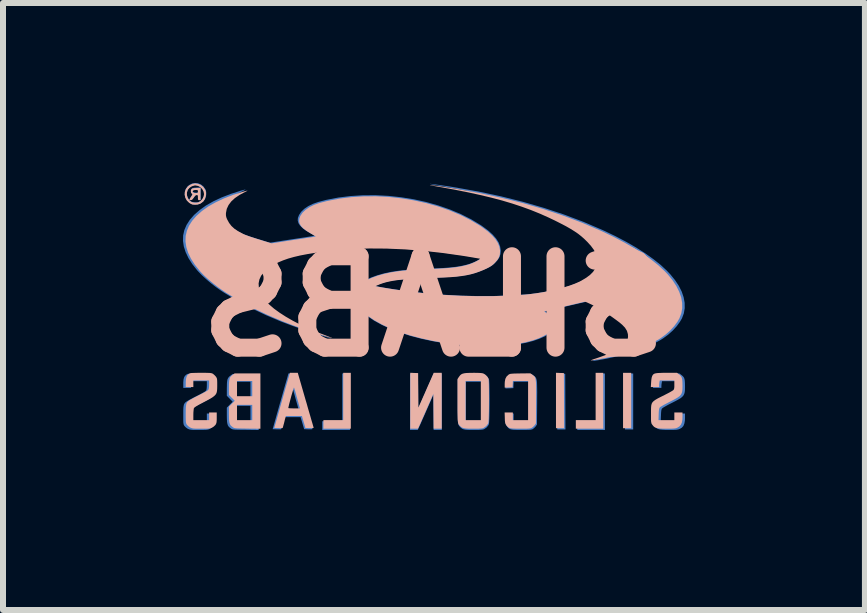
<source format=kicad_pcb>
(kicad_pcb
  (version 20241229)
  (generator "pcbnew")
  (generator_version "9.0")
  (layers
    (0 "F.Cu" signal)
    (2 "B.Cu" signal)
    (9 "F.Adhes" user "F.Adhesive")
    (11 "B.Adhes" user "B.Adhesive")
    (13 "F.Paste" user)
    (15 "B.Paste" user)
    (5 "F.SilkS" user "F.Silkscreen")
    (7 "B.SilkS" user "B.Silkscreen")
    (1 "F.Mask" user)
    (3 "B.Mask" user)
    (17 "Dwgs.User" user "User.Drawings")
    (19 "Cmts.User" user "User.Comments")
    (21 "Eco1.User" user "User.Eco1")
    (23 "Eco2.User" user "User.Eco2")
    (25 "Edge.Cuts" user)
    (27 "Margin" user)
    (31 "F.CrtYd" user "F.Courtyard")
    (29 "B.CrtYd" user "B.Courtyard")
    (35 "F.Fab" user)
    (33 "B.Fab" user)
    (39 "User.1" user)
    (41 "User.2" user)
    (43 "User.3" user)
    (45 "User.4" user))
  (footprint "SILABS"
    (layer "F.Cu")
    (at 4.178 2.056)
    (property "Reference" "SILABS" (at 0 0 0) (layer "B.SilkS") (effects (font (size 1.524 1.524) (thickness 0.3)) (justify mirror)))
    (attr board_only exclude_from_pos_files exclude_from_bom)
    (fp_poly (pts (xy 3.19 2.053) (xy 3.327 2.053) (xy 3.327 1.12) (xy 3.19 1.12)) (stroke (width 0) (type solid)) (fill yes) (layer "B.Cu"))
    (fp_poly (pts (xy -1.522 1.916) (xy -1.856 1.916) (xy -1.856 2.061) (xy -1.394 2.061) (xy -1.394 1.12) (xy -1.522 1.12)) (stroke (width 0) (type solid)) (fill yes) (layer "B.Cu"))
    (fp_poly (pts (xy 2.061 2.053) (xy 2.198 2.053) (xy 2.196 1.589) (xy 2.194 1.125) (xy 2.127 1.122) (xy 2.061 1.12)) (stroke (width 0) (type solid)) (fill yes) (layer "B.Cu"))
    (fp_poly (pts (xy 2.728 1.916) (xy 2.395 1.916) (xy 2.395 2.061) (xy 2.856 2.061) (xy 2.856 1.12) (xy 2.728 1.12)) (stroke (width 0) (type solid)) (fill yes) (layer "B.Cu"))
    (fp_poly (pts (xy -0.393 2.061) (xy -0.264 2.061) (xy -0.232 1.991) (xy -0.219 1.964) (xy -0.202 1.924) (xy -0.18 1.874) (xy -0.155 1.818) (xy -0.128 1.757) (xy -0.102 1.698) (xy -0.004 1.475) (xy -0.002 1.768) (xy 0.000225 2.061) (xy 0.137 2.061) (xy 0.137 1.12) (xy 0.002 1.12) (xy -0.067 1.276) (xy -0.093 1.337) (xy -0.123 1.404) (xy -0.153 1.472) (xy -0.18 1.534) (xy -0.196 1.569) (xy -0.256 1.706) (xy -0.258 1.415) (xy -0.261 1.125) (xy -0.327 1.122) (xy -0.393 1.12)) (stroke (width 0) (type solid)) (fill yes) (layer "B.Cu"))
    (fp_poly (pts (xy -3.384 1.154) (xy -3.406 1.171) (xy -3.422 1.19) (xy -3.434 1.213) (xy -3.441 1.242) (xy -3.445 1.281) (xy -3.446 1.333) (xy -3.447 1.365) (xy -3.447 1.492) (xy -3.398 1.541) (xy -3.349 1.591) (xy -3.398 1.64) (xy -3.447 1.69) (xy -3.447 1.821) (xy -3.446 1.881) (xy -3.443 1.927) (xy -3.437 1.961) (xy -3.428 1.987) (xy -3.414 2.008) (xy -3.394 2.026) (xy -3.38 2.036) (xy -3.371 2.042) (xy -3.361 2.047) (xy -3.349 2.051) (xy -3.332 2.054) (xy -3.309 2.056) (xy -3.277 2.057) (xy -3.234 2.058) (xy -3.177 2.059) (xy -3.133 2.059) (xy -2.916 2.062) (xy -2.916 1.916) (xy -3.053 1.916) (xy -3.31 1.916) (xy -3.31 1.659) (xy -3.053 1.659) (xy -3.053 1.916) (xy -2.916 1.916) (xy -2.916 1.514) (xy -3.053 1.514) (xy -3.31 1.514) (xy -3.31 1.257) (xy -3.053 1.257) (xy -3.053 1.514) (xy -2.916 1.514) (xy -2.916 1.129) (xy -3.35 1.129)) (stroke (width 0) (type solid)) (fill yes) (layer "B.Cu"))
    (fp_poly (pts (xy -3.99 -1.977) (xy -4.02 -1.97) (xy -4.037 -1.956) (xy -4.045 -1.934) (xy -4.045 -1.924) (xy -4.04 -1.896) (xy -4.029 -1.884) (xy -4.021 -1.878) (xy -4.019 -1.87) (xy -4.025 -1.856) (xy -4.04 -1.833) (xy -4.042 -1.829) (xy -4.057 -1.805) (xy -4.068 -1.786) (xy -4.071 -1.779) (xy -4.064 -1.776) (xy -4.047 -1.774) (xy -4.031 -1.778) (xy -4.016 -1.79) (xy -3.999 -1.813) (xy -3.996 -1.817) (xy -3.977 -1.843) (xy -3.961 -1.857) (xy -3.947 -1.86) (xy -3.934 -1.858) (xy -3.928 -1.851) (xy -3.926 -1.834) (xy -3.926 -1.817) (xy -3.925 -1.792) (xy -3.921 -1.779) (xy -3.913 -1.775) (xy -3.904 -1.774) (xy -3.883 -1.774) (xy -3.883 -1.92) (xy -3.926 -1.92) (xy -3.927 -1.904) (xy -3.933 -1.896) (xy -3.95 -1.894) (xy -3.963 -1.894) (xy -3.992 -1.897) (xy -4.01 -1.906) (xy -4.011 -1.907) (xy -4.017 -1.923) (xy -4.008 -1.935) (xy -3.986 -1.943) (xy -3.963 -1.945) (xy -3.94 -1.945) (xy -3.929 -1.94) (xy -3.926 -1.928) (xy -3.926 -1.92) (xy -3.883 -1.92) (xy -3.883 -1.98) (xy -3.945 -1.98)) (stroke (width 0) (type solid)) (fill yes) (layer "B.Cu"))
    (fp_poly (pts (xy -4.023 -2.048) (xy -4.071 -2.024) (xy -4.1 -2) (xy -4.13 -1.958) (xy -4.146 -1.911) (xy -4.149 -1.862) (xy -4.137 -1.813) (xy -4.113 -1.768) (xy -4.075 -1.731) (xy -4.067 -1.725) (xy -4.041 -1.709) (xy -4.017 -1.7) (xy -3.988 -1.698) (xy -3.973 -1.697) (xy -3.93 -1.7) (xy -3.895 -1.711) (xy -3.882 -1.717) (xy -3.838 -1.749) (xy -3.809 -1.791) (xy -3.793 -1.843) (xy -3.79 -1.863) (xy -3.79 -1.875) (xy -3.823 -1.875) (xy -3.831 -1.831) (xy -3.852 -1.79) (xy -3.884 -1.757) (xy -3.917 -1.738) (xy -3.943 -1.733) (xy -3.977 -1.733) (xy -4.011 -1.737) (xy -4.036 -1.744) (xy -4.037 -1.744) (xy -4.072 -1.772) (xy -4.097 -1.809) (xy -4.111 -1.853) (xy -4.112 -1.899) (xy -4.099 -1.942) (xy -4.095 -1.95) (xy -4.068 -1.982) (xy -4.03 -2.006) (xy -3.988 -2.02) (xy -3.968 -2.022) (xy -3.924 -2.014) (xy -3.885 -1.992) (xy -3.853 -1.96) (xy -3.831 -1.92) (xy -3.823 -1.875) (xy -3.823 -1.875) (xy -3.79 -1.875) (xy -3.79 -1.9) (xy -3.795 -1.927) (xy -3.804 -1.95) (xy -3.836 -1.997) (xy -3.877 -2.03) (xy -3.924 -2.05) (xy -3.973 -2.056)) (stroke (width 0) (type solid)) (fill yes) (layer "B.Cu"))
    (fp_poly (pts (xy 1.458 1.131) (xy 1.4 1.132) (xy 1.356 1.133) (xy 1.324 1.134) (xy 1.301 1.136) (xy 1.285 1.14) (xy 1.273 1.144) (xy 1.263 1.15) (xy 1.259 1.153) (xy 1.228 1.183) (xy 1.208 1.221) (xy 1.199 1.27) (xy 1.197 1.304) (xy 1.197 1.369) (xy 1.264 1.367) (xy 1.33 1.364) (xy 1.332 1.311) (xy 1.335 1.257) (xy 1.591 1.257) (xy 1.591 1.916) (xy 1.334 1.916) (xy 1.334 1.787) (xy 1.196 1.787) (xy 1.199 1.88) (xy 1.2 1.922) (xy 1.203 1.951) (xy 1.207 1.971) (xy 1.213 1.986) (xy 1.223 2.001) (xy 1.226 2.004) (xy 1.24 2.022) (xy 1.255 2.036) (xy 1.272 2.047) (xy 1.294 2.053) (xy 1.323 2.058) (xy 1.363 2.06) (xy 1.415 2.061) (xy 1.464 2.061) (xy 1.522 2.061) (xy 1.566 2.06) (xy 1.598 2.059) (xy 1.621 2.057) (xy 1.637 2.053) (xy 1.649 2.049) (xy 1.656 2.045) (xy 1.679 2.026) (xy 1.701 2.003) (xy 1.703 2) (xy 1.723 1.971) (xy 1.726 1.605) (xy 1.726 1.512) (xy 1.727 1.434) (xy 1.726 1.369) (xy 1.725 1.317) (xy 1.724 1.276) (xy 1.721 1.244) (xy 1.716 1.22) (xy 1.71 1.201) (xy 1.703 1.187) (xy 1.693 1.176) (xy 1.681 1.165) (xy 1.667 1.155) (xy 1.664 1.153) (xy 1.63 1.128)) (stroke (width 0) (type solid)) (fill yes) (layer "B.Cu"))
    (fp_poly (pts (xy 0.601 1.121) (xy 0.551 1.123) (xy 0.513 1.128) (xy 0.484 1.136) (xy 0.462 1.148) (xy 0.444 1.165) (xy 0.427 1.188) (xy 0.425 1.19) (xy 0.402 1.226) (xy 0.402 1.589) (xy 0.402 1.68) (xy 0.402 1.755) (xy 0.403 1.817) (xy 0.404 1.867) (xy 0.405 1.906) (xy 0.408 1.936) (xy 0.411 1.959) (xy 0.416 1.976) (xy 0.423 1.989) (xy 0.431 2) (xy 0.44 2.01) (xy 0.45 2.02) (xy 0.467 2.034) (xy 0.484 2.045) (xy 0.506 2.052) (xy 0.533 2.057) (xy 0.57 2.06) (xy 0.619 2.061) (xy 0.67 2.061) (xy 0.727 2.061) (xy 0.77 2.06) (xy 0.802 2.057) (xy 0.823 2.054) (xy 0.839 2.049) (xy 0.842 2.048) (xy 0.886 2.018) (xy 0.915 1.98) (xy 0.92 1.969) (xy 0.923 1.954) (xy 0.926 1.924) (xy 0.926 1.916) (xy 0.795 1.916) (xy 0.539 1.916) (xy 0.539 1.257) (xy 0.795 1.257) (xy 0.795 1.916) (xy 0.926 1.916) (xy 0.928 1.882) (xy 0.93 1.829) (xy 0.931 1.768) (xy 0.932 1.701) (xy 0.933 1.631) (xy 0.933 1.56) (xy 0.933 1.49) (xy 0.932 1.423) (xy 0.931 1.361) (xy 0.93 1.308) (xy 0.928 1.265) (xy 0.926 1.234) (xy 0.923 1.217) (xy 0.923 1.217) (xy 0.903 1.183) (xy 0.873 1.153) (xy 0.841 1.132) (xy 0.823 1.127) (xy 0.794 1.124) (xy 0.753 1.121) (xy 0.698 1.12) (xy 0.666 1.12)) (stroke (width 0) (type solid)) (fill yes) (layer "B.Cu"))
    (fp_poly (pts (xy -2.429 1.152) (xy -2.433 1.167) (xy -2.441 1.196) (xy -2.453 1.238) (xy -2.469 1.292) (xy -2.487 1.355) (xy -2.507 1.426) (xy -2.529 1.504) (xy -2.552 1.587) (xy -2.561 1.616) (xy -2.683 2.048) (xy -2.615 2.051) (xy -2.582 2.051) (xy -2.557 2.051) (xy -2.544 2.05) (xy -2.543 2.049) (xy -2.539 2.04) (xy -2.532 2.018) (xy -2.524 1.988) (xy -2.522 1.978) (xy -2.512 1.942) (xy -2.504 1.907) (xy -2.497 1.882) (xy -2.496 1.879) (xy -2.488 1.847) (xy -2.217 1.847) (xy -2.158 2.048) (xy -2.087 2.051) (xy -2.051 2.051) (xy -2.03 2.05) (xy -2.021 2.047) (xy -2.02 2.042) (xy -2.023 2.032) (xy -2.03 2.007) (xy -2.041 1.969) (xy -2.056 1.919) (xy -2.074 1.858) (xy -2.094 1.789) (xy -2.114 1.719) (xy -2.251 1.719) (xy -2.348 1.719) (xy -2.387 1.718) (xy -2.418 1.717) (xy -2.439 1.715) (xy -2.446 1.713) (xy -2.444 1.7) (xy -2.438 1.675) (xy -2.43 1.641) (xy -2.419 1.599) (xy -2.407 1.554) (xy -2.395 1.508) (xy -2.382 1.465) (xy -2.371 1.425) (xy -2.361 1.394) (xy -2.355 1.373) (xy -2.351 1.366) (xy -2.351 1.366) (xy -2.347 1.377) (xy -2.339 1.4) (xy -2.33 1.433) (xy -2.319 1.473) (xy -2.318 1.475) (xy -2.305 1.524) (xy -2.291 1.574) (xy -2.278 1.62) (xy -2.27 1.648) (xy -2.251 1.719) (xy -2.114 1.719) (xy -2.116 1.712) (xy -2.14 1.63) (xy -2.155 1.576) (xy -2.287 1.12) (xy -2.42 1.12)) (stroke (width 0) (type solid)) (fill yes) (layer "B.Cu"))
    (fp_poly (pts (xy 3.855 1.121) (xy 3.804 1.122) (xy 3.765 1.124) (xy 3.736 1.129) (xy 3.715 1.136) (xy 3.7 1.146) (xy 3.689 1.159) (xy 3.681 1.174) (xy 3.672 1.201) (xy 3.665 1.241) (xy 3.662 1.281) (xy 3.658 1.36) (xy 3.797 1.36) (xy 3.797 1.331) (xy 3.799 1.301) (xy 3.803 1.275) (xy 3.808 1.249) (xy 4.054 1.249) (xy 4.054 1.321) (xy 4.053 1.359) (xy 4.051 1.383) (xy 4.046 1.399) (xy 4.037 1.41) (xy 4.037 1.411) (xy 4.024 1.42) (xy 3.998 1.436) (xy 3.963 1.455) (xy 3.921 1.477) (xy 3.89 1.493) (xy 3.825 1.525) (xy 3.774 1.552) (xy 3.734 1.575) (xy 3.705 1.596) (xy 3.685 1.617) (xy 3.672 1.641) (xy 3.665 1.671) (xy 3.661 1.707) (xy 3.66 1.752) (xy 3.66 1.809) (xy 3.66 1.809) (xy 3.66 1.864) (xy 3.661 1.905) (xy 3.662 1.934) (xy 3.664 1.955) (xy 3.668 1.969) (xy 3.673 1.981) (xy 3.68 1.993) (xy 3.681 1.994) (xy 3.699 2.016) (xy 3.719 2.033) (xy 3.743 2.045) (xy 3.775 2.054) (xy 3.816 2.058) (xy 3.871 2.061) (xy 3.922 2.061) (xy 3.977 2.061) (xy 4.019 2.06) (xy 4.05 2.058) (xy 4.072 2.054) (xy 4.089 2.05) (xy 4.101 2.045) (xy 4.138 2.023) (xy 4.164 1.994) (xy 4.18 1.955) (xy 4.189 1.905) (xy 4.191 1.86) (xy 4.191 1.787) (xy 4.054 1.787) (xy 4.054 1.916) (xy 3.786 1.916) (xy 3.79 1.818) (xy 3.792 1.773) (xy 3.795 1.742) (xy 3.799 1.722) (xy 3.805 1.708) (xy 3.811 1.701) (xy 3.824 1.691) (xy 3.849 1.676) (xy 3.884 1.656) (xy 3.925 1.634) (xy 3.955 1.619) (xy 4.022 1.585) (xy 4.074 1.557) (xy 4.115 1.533) (xy 4.144 1.51) (xy 4.165 1.486) (xy 4.178 1.461) (xy 4.186 1.431) (xy 4.19 1.395) (xy 4.191 1.351) (xy 4.191 1.333) (xy 4.19 1.279) (xy 4.187 1.238) (xy 4.181 1.208) (xy 4.171 1.185) (xy 4.155 1.165) (xy 4.133 1.146) (xy 4.128 1.143) (xy 4.099 1.12) (xy 3.922 1.12)) (stroke (width 0) (type solid)) (fill yes) (layer "B.Cu"))
    (fp_poly (pts (xy -3.976 1.12) (xy -4.021 1.121) (xy -4.054 1.122) (xy -4.078 1.124) (xy -4.095 1.126) (xy -4.107 1.13) (xy -4.117 1.136) (xy -4.123 1.14) (xy -4.145 1.16) (xy -4.16 1.186) (xy -4.169 1.221) (xy -4.173 1.27) (xy -4.173 1.289) (xy -4.173 1.36) (xy -4.045 1.36) (xy -4.045 1.249) (xy -3.78 1.249) (xy -3.78 1.312) (xy -3.781 1.347) (xy -3.784 1.377) (xy -3.788 1.396) (xy -3.788 1.397) (xy -3.795 1.407) (xy -3.809 1.419) (xy -3.833 1.434) (xy -3.869 1.454) (xy -3.917 1.479) (xy -3.944 1.493) (xy -3.992 1.517) (xy -4.037 1.541) (xy -4.075 1.561) (xy -4.104 1.578) (xy -4.12 1.588) (xy -4.138 1.602) (xy -4.151 1.617) (xy -4.161 1.635) (xy -4.167 1.659) (xy -4.171 1.691) (xy -4.173 1.734) (xy -4.173 1.79) (xy -4.173 1.811) (xy -4.173 1.866) (xy -4.173 1.907) (xy -4.172 1.937) (xy -4.169 1.957) (xy -4.166 1.972) (xy -4.16 1.984) (xy -4.154 1.994) (xy -4.134 2.015) (xy -4.107 2.036) (xy -4.097 2.042) (xy -4.081 2.049) (xy -4.066 2.054) (xy -4.047 2.057) (xy -4.022 2.06) (xy -3.988 2.061) (xy -3.941 2.061) (xy -3.913 2.061) (xy -3.858 2.061) (xy -3.818 2.06) (xy -3.789 2.059) (xy -3.768 2.056) (xy -3.751 2.052) (xy -3.736 2.046) (xy -3.728 2.042) (xy -3.701 2.024) (xy -3.677 2.002) (xy -3.671 1.994) (xy -3.662 1.978) (xy -3.656 1.961) (xy -3.653 1.939) (xy -3.652 1.907) (xy -3.652 1.876) (xy -3.652 1.787) (xy -3.78 1.787) (xy -3.78 1.916) (xy -4.045 1.916) (xy -4.045 1.826) (xy -4.044 1.786) (xy -4.042 1.751) (xy -4.038 1.725) (xy -4.035 1.715) (xy -4.027 1.705) (xy -4.009 1.691) (xy -3.981 1.673) (xy -3.94 1.651) (xy -3.886 1.622) (xy -3.875 1.616) (xy -3.809 1.582) (xy -3.758 1.554) (xy -3.718 1.529) (xy -3.689 1.506) (xy -3.668 1.483) (xy -3.655 1.457) (xy -3.648 1.427) (xy -3.644 1.391) (xy -3.643 1.346) (xy -3.643 1.329) (xy -3.643 1.282) (xy -3.645 1.249) (xy -3.647 1.226) (xy -3.651 1.21) (xy -3.657 1.197) (xy -3.663 1.188) (xy -3.684 1.163) (xy -3.709 1.141) (xy -3.711 1.14) (xy -3.721 1.133) (xy -3.732 1.128) (xy -3.746 1.125) (xy -3.766 1.123) (xy -3.793 1.121) (xy -3.832 1.121) (xy -3.883 1.12) (xy -3.917 1.12)) (stroke (width 0) (type solid)) (fill yes) (layer "B.Cu"))
    (fp_poly (pts (xy -0.063 -2.041) (xy -0.05 -2.038) (xy -0.021 -2.031) (xy 0.026 -2.023) (xy 0.089 -2.011) (xy 0.127 -2.005) (xy 0.36 -1.962) (xy 0.578 -1.919) (xy 0.781 -1.875) (xy 0.972 -1.829) (xy 1.152 -1.781) (xy 1.322 -1.731) (xy 1.483 -1.678) (xy 1.638 -1.621) (xy 1.788 -1.56) (xy 1.934 -1.496) (xy 2.04 -1.445) (xy 2.142 -1.394) (xy 2.23 -1.347) (xy 2.306 -1.304) (xy 2.373 -1.263) (xy 2.432 -1.222) (xy 2.485 -1.18) (xy 2.535 -1.136) (xy 2.584 -1.089) (xy 2.592 -1.081) (xy 2.651 -1.016) (xy 2.695 -0.956) (xy 2.726 -0.899) (xy 2.745 -0.843) (xy 2.753 -0.786) (xy 2.752 -0.754) (xy 2.743 -0.691) (xy 2.72 -0.633) (xy 2.684 -0.579) (xy 2.633 -0.527) (xy 2.566 -0.478) (xy 2.483 -0.429) (xy 2.456 -0.415) (xy 2.381 -0.382) (xy 2.291 -0.349) (xy 2.189 -0.317) (xy 2.079 -0.288) (xy 1.962 -0.261) (xy 1.841 -0.238) (xy 1.72 -0.218) (xy 1.601 -0.203) (xy 1.535 -0.197) (xy 1.28 -0.181) (xy 1.013 -0.172) (xy 0.738 -0.171) (xy 0.46 -0.177) (xy 0.182 -0.192) (xy 0.051 -0.201) (xy -0.057 -0.211) (xy -0.174 -0.223) (xy -0.296 -0.236) (xy -0.42 -0.251) (xy -0.541 -0.267) (xy -0.658 -0.284) (xy -0.767 -0.301) (xy -0.864 -0.317) (xy -0.924 -0.328) (xy -0.979 -0.339) (xy -0.945 -0.354) (xy -0.898 -0.374) (xy -0.849 -0.391) (xy -0.796 -0.406) (xy -0.738 -0.419) (xy -0.674 -0.431) (xy -0.602 -0.441) (xy -0.521 -0.45) (xy -0.429 -0.458) (xy -0.325 -0.464) (xy -0.208 -0.47) (xy -0.076 -0.475) (xy 0.036 -0.479) (xy 0.164 -0.484) (xy 0.278 -0.49) (xy 0.379 -0.498) (xy 0.469 -0.509) (xy 0.551 -0.522) (xy 0.627 -0.539) (xy 0.698 -0.558) (xy 0.767 -0.582) (xy 0.837 -0.611) (xy 0.887 -0.633) (xy 0.935 -0.657) (xy 0.972 -0.679) (xy 1.003 -0.704) (xy 1.027 -0.726) (xy 1.071 -0.776) (xy 1.1 -0.823) (xy 1.115 -0.872) (xy 1.119 -0.926) (xy 1.119 -0.936) (xy 1.108 -1.001) (xy 1.083 -1.066) (xy 1.042 -1.13) (xy 0.985 -1.195) (xy 0.913 -1.261) (xy 0.823 -1.328) (xy 0.789 -1.352) (xy 0.627 -1.45) (xy 0.453 -1.538) (xy 0.269 -1.615) (xy 0.076 -1.682) (xy -0.125 -1.739) (xy -0.331 -1.784) (xy -0.541 -1.818) (xy -0.753 -1.841) (xy -0.965 -1.852) (xy -1.177 -1.851) (xy -1.385 -1.838) (xy -1.588 -1.813) (xy -1.785 -1.775) (xy -1.924 -1.739) (xy -2.012 -1.708) (xy -2.09 -1.67) (xy -2.155 -1.626) (xy -2.207 -1.576) (xy -2.243 -1.523) (xy -2.244 -1.52) (xy -2.262 -1.474) (xy -2.265 -1.43) (xy -2.254 -1.388) (xy -2.228 -1.347) (xy -2.187 -1.305) (xy -2.13 -1.263) (xy -2.071 -1.228) (xy -2.037 -1.208) (xy -2.01 -1.192) (xy -1.992 -1.18) (xy -1.986 -1.176) (xy -1.995 -1.174) (xy -2.018 -1.17) (xy -2.054 -1.164) (xy -2.101 -1.157) (xy -2.155 -1.148) (xy -2.216 -1.139) (xy -2.224 -1.138) (xy -2.294 -1.127) (xy -2.367 -1.116) (xy -2.439 -1.105) (xy -2.505 -1.095) (xy -2.561 -1.086) (xy -2.594 -1.081) (xy -2.729 -1.06) (xy -2.829 -1.091) (xy -2.911 -1.116) (xy -2.98 -1.137) (xy -3.035 -1.155) (xy -3.08 -1.17) (xy -3.117 -1.183) (xy -3.148 -1.194) (xy -3.173 -1.204) (xy -3.197 -1.214) (xy -3.215 -1.223) (xy -3.292 -1.264) (xy -3.354 -1.307) (xy -3.404 -1.352) (xy -3.444 -1.404) (xy -3.476 -1.464) (xy -3.478 -1.467) (xy -3.49 -1.498) (xy -3.496 -1.525) (xy -3.497 -1.556) (xy -3.496 -1.572) (xy -3.483 -1.64) (xy -3.453 -1.705) (xy -3.407 -1.766) (xy -3.345 -1.822) (xy -3.268 -1.875) (xy -3.206 -1.908) (xy -3.174 -1.924) (xy -3.15 -1.937) (xy -3.136 -1.945) (xy -3.133 -1.947) (xy -3.142 -1.946) (xy -3.164 -1.941) (xy -3.194 -1.933) (xy -3.212 -1.928) (xy -3.38 -1.874) (xy -3.534 -1.815) (xy -3.672 -1.75) (xy -3.795 -1.68) (xy -3.901 -1.604) (xy -3.992 -1.524) (xy -3.994 -1.522) (xy -4.064 -1.441) (xy -4.118 -1.357) (xy -4.155 -1.271) (xy -4.175 -1.182) (xy -4.178 -1.091) (xy -4.164 -0.997) (xy -4.133 -0.901) (xy -4.086 -0.803) (xy -4.022 -0.702) (xy -3.941 -0.6) (xy -3.923 -0.58) (xy -3.863 -0.518) (xy -3.792 -0.453) (xy -3.712 -0.385) (xy -3.628 -0.32) (xy -3.543 -0.26) (xy -3.489 -0.225) (xy -3.264 -0.09) (xy -3.033 0.034) (xy -2.793 0.148) (xy -2.543 0.254) (xy -2.36 0.323) (xy -2.318 0.338) (xy -2.267 0.356) (xy -2.21 0.376) (xy -2.147 0.397) (xy -2.082 0.418) (xy -2.016 0.44) (xy -1.952 0.461) (xy -1.891 0.481) (xy -1.835 0.498) (xy -1.787 0.513) (xy -1.748 0.525) (xy -1.72 0.533) (xy -1.706 0.536) (xy -1.705 0.536) (xy -1.711 0.532) (xy -1.731 0.524) (xy -1.76 0.512) (xy -1.797 0.498) (xy -1.802 0.496) (xy -1.957 0.436) (xy -2.105 0.374) (xy -2.243 0.309) (xy -2.372 0.242) (xy -2.489 0.175) (xy -2.594 0.107) (xy -2.686 0.04) (xy -2.764 -0.026) (xy -2.825 -0.091) (xy -2.831 -0.097) (xy -2.885 -0.173) (xy -2.922 -0.246) (xy -2.943 -0.317) (xy -2.947 -0.386) (xy -2.933 -0.452) (xy -2.904 -0.515) (xy -2.857 -0.575) (xy -2.794 -0.633) (xy -2.714 -0.687) (xy -2.617 -0.738) (xy -2.611 -0.741) (xy -2.534 -0.774) (xy -2.447 -0.804) (xy -2.351 -0.831) (xy -2.242 -0.856) (xy -2.12 -0.88) (xy -1.983 -0.902) (xy -1.928 -0.91) (xy -1.653 -0.942) (xy -1.371 -0.964) (xy -1.084 -0.973) (xy -0.788 -0.972) (xy -0.484 -0.959) (xy -0.171 -0.934) (xy 0.153 -0.898) (xy 0.489 -0.85) (xy 0.594 -0.833) (xy 0.648 -0.824) (xy 0.696 -0.816) (xy 0.736 -0.809) (xy 0.765 -0.804) (xy 0.781 -0.801) (xy 0.782 -0.801) (xy 0.781 -0.796) (xy 0.767 -0.785) (xy 0.744 -0.771) (xy 0.714 -0.755) (xy 0.68 -0.739) (xy 0.651 -0.727) (xy 0.589 -0.704) (xy 0.522 -0.686) (xy 0.448 -0.67) (xy 0.363 -0.657) (xy 0.267 -0.647) (xy 0.158 -0.638) (xy 0.048 -0.633) (xy -0.072 -0.627) (xy -0.176 -0.622) (xy -0.267 -0.618) (xy -0.345 -0.613) (xy -0.411 -0.609) (xy -0.469 -0.604) (xy -0.519 -0.6) (xy -0.562 -0.595) (xy -0.573 -0.594) (xy -0.707 -0.574) (xy -0.83 -0.548) (xy -0.942 -0.516) (xy -1.042 -0.48) (xy -1.129 -0.439) (xy -1.202 -0.393) (xy -1.26 -0.344) (xy -1.302 -0.291) (xy -1.306 -0.285) (xy -1.33 -0.228) (xy -1.337 -0.169) (xy -1.329 -0.107) (xy -1.304 -0.045) (xy -1.265 0.016) (xy -1.211 0.075) (xy -1.112 0.158) (xy -0.997 0.236) (xy -0.867 0.308) (xy -0.723 0.375) (xy -0.564 0.436) (xy -0.391 0.492) (xy -0.205 0.541) (xy -0.007 0.583) (xy 0.204 0.619) (xy 0.368 0.642) (xy 0.531 0.659) (xy 0.692 0.669) (xy 0.85 0.673) (xy 1.004 0.671) (xy 1.152 0.663) (xy 1.294 0.65) (xy 1.427 0.63) (xy 1.551 0.606) (xy 1.664 0.576) (xy 1.766 0.54) (xy 1.855 0.5) (xy 1.93 0.456) (xy 1.985 0.41) (xy 2.018 0.376) (xy 2.038 0.348) (xy 2.049 0.32) (xy 2.052 0.289) (xy 2.053 0.284) (xy 2.049 0.257) (xy 2.037 0.231) (xy 2.014 0.204) (xy 1.98 0.173) (xy 1.938 0.142) (xy 1.863 0.087) (xy 1.896 0.078) (xy 1.919 0.072) (xy 1.955 0.063) (xy 2.001 0.052) (xy 2.055 0.039) (xy 2.114 0.024) (xy 2.178 0.009) (xy 2.242 -0.006) (xy 2.306 -0.021) (xy 2.367 -0.035) (xy 2.423 -0.048) (xy 2.471 -0.059) (xy 2.51 -0.068) (xy 2.537 -0.074) (xy 2.55 -0.077) (xy 2.55 -0.077) (xy 2.565 -0.073) (xy 2.591 -0.062) (xy 2.627 -0.045) (xy 2.669 -0.024) (xy 2.715 -0.000271) (xy 2.762 0.025) (xy 2.806 0.05) (xy 2.827 0.062) (xy 2.883 0.097) (xy 2.945 0.138) (xy 3.01 0.183) (xy 3.073 0.229) (xy 3.129 0.272) (xy 3.175 0.31) (xy 3.223 0.36) (xy 3.255 0.413) (xy 3.272 0.469) (xy 3.274 0.513) (xy 3.268 0.551) (xy 3.256 0.582) (xy 3.245 0.601) (xy 3.203 0.649) (xy 3.146 0.695) (xy 3.073 0.74) (xy 2.985 0.784) (xy 2.879 0.827) (xy 2.785 0.86) (xy 2.727 0.88) (xy 2.685 0.894) (xy 2.658 0.904) (xy 2.647 0.91) (xy 2.651 0.912) (xy 2.669 0.91) (xy 2.702 0.905) (xy 2.747 0.898) (xy 2.874 0.875) (xy 3.003 0.847) (xy 3.129 0.817) (xy 3.249 0.785) (xy 3.359 0.751) (xy 3.446 0.722) (xy 3.512 0.695) (xy 3.584 0.664) (xy 3.657 0.629) (xy 3.726 0.593) (xy 3.787 0.559) (xy 3.827 0.534) (xy 3.91 0.473) (xy 3.986 0.405) (xy 4.052 0.333) (xy 4.106 0.259) (xy 4.14 0.201) (xy 4.171 0.119) (xy 4.186 0.032) (xy 4.185 -0.058) (xy 4.168 -0.151) (xy 4.136 -0.245) (xy 4.088 -0.341) (xy 4.024 -0.437) (xy 3.946 -0.533) (xy 3.887 -0.595) (xy 3.784 -0.691) (xy 3.663 -0.787) (xy 3.527 -0.884) (xy 3.376 -0.98) (xy 3.211 -1.075) (xy 3.032 -1.169) (xy 2.84 -1.261) (xy 2.809 -1.275) (xy 2.5 -1.407) (xy 2.177 -1.529) (xy 1.841 -1.64) (xy 1.492 -1.741) (xy 1.129 -1.832) (xy 0.753 -1.912) (xy 0.363 -1.982) (xy 0.125 -2.018) (xy 0.054 -2.028) (xy -0.001 -2.036) (xy -0.039 -2.04) (xy -0.059 -2.042)) (stroke (width 0) (type solid)) (fill yes) (layer "B.Cu"))
    (fp_poly (pts (xy 3.19 2.053) (xy 3.327 2.053) (xy 3.327 1.12) (xy 3.19 1.12)) (stroke (width 0) (type solid)) (fill yes) (layer "B.Mask"))
    (fp_poly (pts (xy -1.69 0.542) (xy -1.689 0.547) (xy -1.685 0.547) (xy -1.678 0.544) (xy -1.679 0.542) (xy -1.689 0.541)) (stroke (width 0) (type solid)) (fill yes) (layer "B.Mask"))
    (fp_poly (pts (xy -1.674 0.536) (xy -1.672 0.541) (xy -1.668 0.542) (xy -1.661 0.539) (xy -1.662 0.536) (xy -1.672 0.535)) (stroke (width 0) (type solid)) (fill yes) (layer "B.Mask"))
    (fp_poly (pts (xy -1.665 0.55) (xy -1.664 0.555) (xy -1.659 0.556) (xy -1.652 0.553) (xy -1.653 0.55) (xy -1.664 0.549)) (stroke (width 0) (type solid)) (fill yes) (layer "B.Mask"))
    (fp_poly (pts (xy -1.648 0.545) (xy -1.647 0.55) (xy -1.643 0.55) (xy -1.636 0.547) (xy -1.637 0.545) (xy -1.647 0.544)) (stroke (width 0) (type solid)) (fill yes) (layer "B.Mask"))
    (fp_poly (pts (xy -1.522 1.916) (xy -1.856 1.916) (xy -1.856 2.061) (xy -1.394 2.061) (xy -1.394 1.12) (xy -1.522 1.12)) (stroke (width 0) (type solid)) (fill yes) (layer "B.Mask"))
    (fp_poly (pts (xy 2.061 2.053) (xy 2.198 2.053) (xy 2.196 1.589) (xy 2.194 1.125) (xy 2.127 1.122) (xy 2.061 1.12)) (stroke (width 0) (type solid)) (fill yes) (layer "B.Mask"))
    (fp_poly (pts (xy 2.728 1.916) (xy 2.395 1.916) (xy 2.395 2.061) (xy 2.856 2.061) (xy 2.856 1.12) (xy 2.728 1.12)) (stroke (width 0) (type solid)) (fill yes) (layer "B.Mask"))
    (fp_poly (pts (xy -0.131 -2.05) (xy -0.131 -2.047) (xy -0.117 -2.046) (xy -0.115 -2.046) (xy -0.102 -2.047) (xy -0.103 -2.049) (xy -0.105 -2.05) (xy -0.124 -2.051)) (stroke (width 0) (type solid)) (fill yes) (layer "B.Mask"))
    (fp_poly (pts (xy -0.129 -2.029) (xy -0.13 -2.026) (xy -0.116 -2.025) (xy -0.114 -2.025) (xy -0.101 -2.026) (xy -0.102 -2.029) (xy -0.104 -2.029) (xy -0.122 -2.031)) (stroke (width 0) (type solid)) (fill yes) (layer "B.Mask"))
    (fp_poly (pts (xy -0.393 2.061) (xy -0.264 2.061) (xy -0.232 1.991) (xy -0.219 1.964) (xy -0.202 1.924) (xy -0.18 1.874) (xy -0.155 1.818) (xy -0.128 1.757) (xy -0.102 1.698) (xy -0.004 1.475) (xy -0.002 1.768) (xy 0.000225 2.061) (xy 0.137 2.061) (xy 0.137 1.12) (xy 0.002 1.12) (xy -0.067 1.276) (xy -0.093 1.337) (xy -0.123 1.404) (xy -0.153 1.472) (xy -0.18 1.534) (xy -0.196 1.569) (xy -0.256 1.706) (xy -0.258 1.415) (xy -0.261 1.125) (xy -0.327 1.122) (xy -0.393 1.12)) (stroke (width 0) (type solid)) (fill yes) (layer "B.Mask"))
    (fp_poly (pts (xy -3.384 1.154) (xy -3.406 1.171) (xy -3.422 1.19) (xy -3.434 1.213) (xy -3.441 1.242) (xy -3.445 1.281) (xy -3.446 1.333) (xy -3.447 1.365) (xy -3.447 1.492) (xy -3.398 1.541) (xy -3.349 1.591) (xy -3.398 1.64) (xy -3.447 1.69) (xy -3.447 1.821) (xy -3.446 1.881) (xy -3.443 1.927) (xy -3.437 1.961) (xy -3.428 1.987) (xy -3.414 2.008) (xy -3.394 2.026) (xy -3.38 2.036) (xy -3.371 2.042) (xy -3.361 2.047) (xy -3.349 2.051) (xy -3.332 2.054) (xy -3.309 2.056) (xy -3.277 2.057) (xy -3.234 2.058) (xy -3.177 2.059) (xy -3.133 2.059) (xy -2.916 2.062) (xy -2.916 1.916) (xy -3.053 1.916) (xy -3.31 1.916) (xy -3.31 1.659) (xy -3.053 1.659) (xy -3.053 1.916) (xy -2.916 1.916) (xy -2.916 1.514) (xy -3.053 1.514) (xy -3.31 1.514) (xy -3.31 1.257) (xy -3.053 1.257) (xy -3.053 1.514) (xy -2.916 1.514) (xy -2.916 1.129) (xy -3.35 1.129)) (stroke (width 0) (type solid)) (fill yes) (layer "B.Mask"))
    (fp_poly (pts (xy -3.99 -1.977) (xy -4.02 -1.97) (xy -4.037 -1.956) (xy -4.045 -1.934) (xy -4.045 -1.924) (xy -4.04 -1.896) (xy -4.029 -1.884) (xy -4.021 -1.878) (xy -4.019 -1.87) (xy -4.025 -1.856) (xy -4.04 -1.833) (xy -4.042 -1.829) (xy -4.057 -1.805) (xy -4.068 -1.786) (xy -4.071 -1.779) (xy -4.064 -1.776) (xy -4.047 -1.774) (xy -4.031 -1.778) (xy -4.016 -1.79) (xy -3.999 -1.813) (xy -3.996 -1.817) (xy -3.977 -1.843) (xy -3.961 -1.857) (xy -3.947 -1.86) (xy -3.934 -1.858) (xy -3.928 -1.851) (xy -3.926 -1.834) (xy -3.926 -1.817) (xy -3.925 -1.792) (xy -3.921 -1.779) (xy -3.913 -1.775) (xy -3.904 -1.774) (xy -3.883 -1.774) (xy -3.883 -1.92) (xy -3.926 -1.92) (xy -3.927 -1.904) (xy -3.933 -1.896) (xy -3.95 -1.894) (xy -3.963 -1.894) (xy -3.992 -1.897) (xy -4.01 -1.906) (xy -4.011 -1.907) (xy -4.017 -1.923) (xy -4.008 -1.935) (xy -3.986 -1.943) (xy -3.963 -1.945) (xy -3.94 -1.945) (xy -3.929 -1.94) (xy -3.926 -1.928) (xy -3.926 -1.92) (xy -3.883 -1.92) (xy -3.883 -1.98) (xy -3.945 -1.98)) (stroke (width 0) (type solid)) (fill yes) (layer "B.Mask"))
    (fp_poly (pts (xy -4.023 -2.048) (xy -4.071 -2.024) (xy -4.1 -2) (xy -4.13 -1.958) (xy -4.146 -1.911) (xy -4.149 -1.862) (xy -4.137 -1.813) (xy -4.113 -1.768) (xy -4.075 -1.731) (xy -4.067 -1.725) (xy -4.041 -1.709) (xy -4.017 -1.7) (xy -3.988 -1.698) (xy -3.973 -1.697) (xy -3.93 -1.7) (xy -3.895 -1.711) (xy -3.882 -1.717) (xy -3.838 -1.749) (xy -3.809 -1.791) (xy -3.793 -1.843) (xy -3.79 -1.863) (xy -3.79 -1.875) (xy -3.823 -1.875) (xy -3.831 -1.831) (xy -3.852 -1.79) (xy -3.884 -1.757) (xy -3.917 -1.738) (xy -3.943 -1.733) (xy -3.977 -1.733) (xy -4.011 -1.737) (xy -4.036 -1.744) (xy -4.037 -1.744) (xy -4.072 -1.772) (xy -4.097 -1.809) (xy -4.111 -1.853) (xy -4.112 -1.899) (xy -4.099 -1.942) (xy -4.095 -1.95) (xy -4.068 -1.982) (xy -4.03 -2.006) (xy -3.988 -2.02) (xy -3.968 -2.022) (xy -3.924 -2.014) (xy -3.885 -1.992) (xy -3.853 -1.96) (xy -3.831 -1.92) (xy -3.823 -1.875) (xy -3.823 -1.875) (xy -3.79 -1.875) (xy -3.79 -1.9) (xy -3.795 -1.927) (xy -3.804 -1.95) (xy -3.836 -1.997) (xy -3.877 -2.03) (xy -3.924 -2.05) (xy -3.973 -2.056)) (stroke (width 0) (type solid)) (fill yes) (layer "B.Mask"))
    (fp_poly (pts (xy 1.458 1.131) (xy 1.4 1.132) (xy 1.356 1.133) (xy 1.324 1.134) (xy 1.301 1.136) (xy 1.285 1.14) (xy 1.273 1.144) (xy 1.263 1.15) (xy 1.259 1.153) (xy 1.228 1.183) (xy 1.208 1.221) (xy 1.199 1.27) (xy 1.197 1.304) (xy 1.197 1.369) (xy 1.264 1.367) (xy 1.33 1.364) (xy 1.332 1.311) (xy 1.335 1.257) (xy 1.591 1.257) (xy 1.591 1.916) (xy 1.334 1.916) (xy 1.334 1.787) (xy 1.196 1.787) (xy 1.199 1.88) (xy 1.2 1.922) (xy 1.203 1.951) (xy 1.207 1.971) (xy 1.213 1.986) (xy 1.223 2.001) (xy 1.226 2.004) (xy 1.24 2.022) (xy 1.255 2.036) (xy 1.272 2.047) (xy 1.294 2.053) (xy 1.323 2.058) (xy 1.363 2.06) (xy 1.415 2.061) (xy 1.464 2.061) (xy 1.522 2.061) (xy 1.566 2.06) (xy 1.598 2.059) (xy 1.621 2.057) (xy 1.637 2.053) (xy 1.649 2.049) (xy 1.656 2.045) (xy 1.679 2.026) (xy 1.701 2.003) (xy 1.703 2) (xy 1.723 1.971) (xy 1.726 1.605) (xy 1.726 1.512) (xy 1.727 1.434) (xy 1.726 1.369) (xy 1.725 1.317) (xy 1.724 1.276) (xy 1.721 1.244) (xy 1.716 1.22) (xy 1.71 1.201) (xy 1.703 1.187) (xy 1.693 1.176) (xy 1.681 1.165) (xy 1.667 1.155) (xy 1.664 1.153) (xy 1.63 1.128)) (stroke (width 0) (type solid)) (fill yes) (layer "B.Mask"))
    (fp_poly (pts (xy 0.601 1.121) (xy 0.551 1.123) (xy 0.513 1.128) (xy 0.484 1.136) (xy 0.462 1.148) (xy 0.444 1.165) (xy 0.427 1.188) (xy 0.425 1.19) (xy 0.402 1.226) (xy 0.402 1.589) (xy 0.402 1.68) (xy 0.402 1.755) (xy 0.403 1.817) (xy 0.404 1.867) (xy 0.405 1.906) (xy 0.408 1.936) (xy 0.411 1.959) (xy 0.416 1.976) (xy 0.423 1.989) (xy 0.431 2) (xy 0.44 2.01) (xy 0.45 2.02) (xy 0.467 2.034) (xy 0.484 2.045) (xy 0.506 2.052) (xy 0.533 2.057) (xy 0.57 2.06) (xy 0.619 2.061) (xy 0.67 2.061) (xy 0.727 2.061) (xy 0.77 2.06) (xy 0.802 2.057) (xy 0.823 2.054) (xy 0.839 2.049) (xy 0.842 2.048) (xy 0.886 2.018) (xy 0.915 1.98) (xy 0.92 1.969) (xy 0.923 1.954) (xy 0.926 1.924) (xy 0.926 1.916) (xy 0.795 1.916) (xy 0.539 1.916) (xy 0.539 1.257) (xy 0.795 1.257) (xy 0.795 1.916) (xy 0.926 1.916) (xy 0.928 1.882) (xy 0.93 1.829) (xy 0.931 1.768) (xy 0.932 1.701) (xy 0.933 1.631) (xy 0.933 1.56) (xy 0.933 1.49) (xy 0.932 1.423) (xy 0.931 1.361) (xy 0.93 1.308) (xy 0.928 1.265) (xy 0.926 1.234) (xy 0.923 1.217) (xy 0.923 1.217) (xy 0.903 1.183) (xy 0.873 1.153) (xy 0.841 1.132) (xy 0.823 1.127) (xy 0.794 1.124) (xy 0.753 1.121) (xy 0.698 1.12) (xy 0.666 1.12)) (stroke (width 0) (type solid)) (fill yes) (layer "B.Mask"))
    (fp_poly (pts (xy -2.429 1.152) (xy -2.433 1.167) (xy -2.441 1.196) (xy -2.453 1.238) (xy -2.469 1.292) (xy -2.487 1.355) (xy -2.507 1.426) (xy -2.529 1.504) (xy -2.552 1.587) (xy -2.561 1.616) (xy -2.683 2.048) (xy -2.615 2.051) (xy -2.582 2.051) (xy -2.557 2.051) (xy -2.544 2.05) (xy -2.543 2.049) (xy -2.539 2.04) (xy -2.532 2.018) (xy -2.524 1.988) (xy -2.522 1.978) (xy -2.512 1.942) (xy -2.504 1.907) (xy -2.497 1.882) (xy -2.496 1.879) (xy -2.488 1.847) (xy -2.217 1.847) (xy -2.158 2.048) (xy -2.087 2.051) (xy -2.051 2.051) (xy -2.03 2.05) (xy -2.021 2.047) (xy -2.02 2.042) (xy -2.023 2.032) (xy -2.03 2.007) (xy -2.041 1.969) (xy -2.056 1.919) (xy -2.074 1.858) (xy -2.094 1.789) (xy -2.114 1.719) (xy -2.251 1.719) (xy -2.348 1.719) (xy -2.387 1.718) (xy -2.418 1.717) (xy -2.439 1.715) (xy -2.446 1.713) (xy -2.444 1.7) (xy -2.438 1.675) (xy -2.43 1.641) (xy -2.419 1.599) (xy -2.407 1.554) (xy -2.395 1.508) (xy -2.382 1.465) (xy -2.371 1.425) (xy -2.361 1.394) (xy -2.355 1.373) (xy -2.351 1.366) (xy -2.351 1.366) (xy -2.347 1.377) (xy -2.339 1.4) (xy -2.33 1.433) (xy -2.319 1.473) (xy -2.318 1.475) (xy -2.305 1.524) (xy -2.291 1.574) (xy -2.278 1.62) (xy -2.27 1.648) (xy -2.251 1.719) (xy -2.114 1.719) (xy -2.116 1.712) (xy -2.14 1.63) (xy -2.155 1.576) (xy -2.287 1.12) (xy -2.42 1.12)) (stroke (width 0) (type solid)) (fill yes) (layer "B.Mask"))
    (fp_poly (pts (xy 3.855 1.121) (xy 3.804 1.122) (xy 3.765 1.124) (xy 3.736 1.129) (xy 3.715 1.136) (xy 3.7 1.146) (xy 3.689 1.159) (xy 3.681 1.174) (xy 3.672 1.201) (xy 3.665 1.241) (xy 3.662 1.281) (xy 3.658 1.36) (xy 3.797 1.36) (xy 3.797 1.331) (xy 3.799 1.301) (xy 3.803 1.275) (xy 3.808 1.249) (xy 4.054 1.249) (xy 4.054 1.321) (xy 4.053 1.359) (xy 4.051 1.383) (xy 4.046 1.399) (xy 4.037 1.41) (xy 4.037 1.411) (xy 4.024 1.42) (xy 3.998 1.436) (xy 3.963 1.455) (xy 3.921 1.477) (xy 3.89 1.493) (xy 3.825 1.525) (xy 3.774 1.552) (xy 3.734 1.575) (xy 3.705 1.596) (xy 3.685 1.617) (xy 3.672 1.641) (xy 3.665 1.671) (xy 3.661 1.707) (xy 3.66 1.752) (xy 3.66 1.809) (xy 3.66 1.809) (xy 3.66 1.864) (xy 3.661 1.905) (xy 3.662 1.934) (xy 3.664 1.955) (xy 3.668 1.969) (xy 3.673 1.981) (xy 3.68 1.993) (xy 3.681 1.994) (xy 3.699 2.016) (xy 3.719 2.033) (xy 3.743 2.045) (xy 3.775 2.054) (xy 3.816 2.058) (xy 3.871 2.061) (xy 3.922 2.061) (xy 3.977 2.061) (xy 4.019 2.06) (xy 4.05 2.058) (xy 4.072 2.054) (xy 4.089 2.05) (xy 4.101 2.045) (xy 4.138 2.023) (xy 4.164 1.994) (xy 4.18 1.955) (xy 4.189 1.905) (xy 4.191 1.86) (xy 4.191 1.787) (xy 4.054 1.787) (xy 4.054 1.916) (xy 3.786 1.916) (xy 3.79 1.818) (xy 3.792 1.773) (xy 3.795 1.742) (xy 3.799 1.722) (xy 3.805 1.708) (xy 3.811 1.701) (xy 3.824 1.691) (xy 3.849 1.676) (xy 3.884 1.656) (xy 3.925 1.634) (xy 3.955 1.619) (xy 4.022 1.585) (xy 4.074 1.557) (xy 4.115 1.533) (xy 4.144 1.51) (xy 4.165 1.486) (xy 4.178 1.461) (xy 4.186 1.431) (xy 4.19 1.395) (xy 4.191 1.351) (xy 4.191 1.333) (xy 4.19 1.279) (xy 4.187 1.238) (xy 4.181 1.208) (xy 4.171 1.185) (xy 4.155 1.165) (xy 4.133 1.146) (xy 4.128 1.143) (xy 4.099 1.12) (xy 3.922 1.12)) (stroke (width 0) (type solid)) (fill yes) (layer "B.Mask"))
    (fp_poly (pts (xy -3.976 1.12) (xy -4.021 1.121) (xy -4.054 1.122) (xy -4.078 1.124) (xy -4.095 1.126) (xy -4.107 1.13) (xy -4.117 1.136) (xy -4.123 1.14) (xy -4.145 1.16) (xy -4.16 1.186) (xy -4.169 1.221) (xy -4.173 1.27) (xy -4.173 1.289) (xy -4.173 1.36) (xy -4.045 1.36) (xy -4.045 1.249) (xy -3.78 1.249) (xy -3.78 1.312) (xy -3.781 1.347) (xy -3.784 1.377) (xy -3.788 1.396) (xy -3.788 1.397) (xy -3.795 1.407) (xy -3.809 1.419) (xy -3.833 1.434) (xy -3.869 1.454) (xy -3.917 1.479) (xy -3.944 1.493) (xy -3.992 1.517) (xy -4.037 1.541) (xy -4.075 1.561) (xy -4.104 1.578) (xy -4.12 1.588) (xy -4.138 1.602) (xy -4.151 1.617) (xy -4.161 1.635) (xy -4.167 1.659) (xy -4.171 1.691) (xy -4.173 1.734) (xy -4.173 1.79) (xy -4.173 1.811) (xy -4.173 1.866) (xy -4.173 1.907) (xy -4.172 1.937) (xy -4.169 1.957) (xy -4.166 1.972) (xy -4.16 1.984) (xy -4.154 1.994) (xy -4.134 2.015) (xy -4.107 2.036) (xy -4.097 2.042) (xy -4.081 2.049) (xy -4.066 2.054) (xy -4.047 2.057) (xy -4.022 2.06) (xy -3.988 2.061) (xy -3.941 2.061) (xy -3.913 2.061) (xy -3.858 2.061) (xy -3.818 2.06) (xy -3.789 2.059) (xy -3.768 2.056) (xy -3.751 2.052) (xy -3.736 2.046) (xy -3.728 2.042) (xy -3.701 2.024) (xy -3.677 2.002) (xy -3.671 1.994) (xy -3.662 1.978) (xy -3.656 1.961) (xy -3.653 1.939) (xy -3.652 1.907) (xy -3.652 1.876) (xy -3.652 1.787) (xy -3.78 1.787) (xy -3.78 1.916) (xy -4.045 1.916) (xy -4.045 1.826) (xy -4.044 1.786) (xy -4.042 1.751) (xy -4.038 1.725) (xy -4.035 1.715) (xy -4.027 1.705) (xy -4.009 1.691) (xy -3.981 1.673) (xy -3.94 1.651) (xy -3.886 1.622) (xy -3.875 1.616) (xy -3.809 1.582) (xy -3.758 1.554) (xy -3.718 1.529) (xy -3.689 1.506) (xy -3.668 1.483) (xy -3.655 1.457) (xy -3.648 1.427) (xy -3.644 1.391) (xy -3.643 1.346) (xy -3.643 1.329) (xy -3.643 1.282) (xy -3.645 1.249) (xy -3.647 1.226) (xy -3.651 1.21) (xy -3.657 1.197) (xy -3.663 1.188) (xy -3.684 1.163) (xy -3.709 1.141) (xy -3.711 1.14) (xy -3.721 1.133) (xy -3.732 1.128) (xy -3.746 1.125) (xy -3.766 1.123) (xy -3.793 1.121) (xy -3.832 1.121) (xy -3.883 1.12) (xy -3.917 1.12)) (stroke (width 0) (type solid)) (fill yes) (layer "B.Mask"))
    (fp_poly (pts (xy -0.063 -2.041) (xy -0.05 -2.038) (xy -0.021 -2.031) (xy 0.026 -2.023) (xy 0.089 -2.011) (xy 0.127 -2.005) (xy 0.36 -1.962) (xy 0.578 -1.919) (xy 0.781 -1.875) (xy 0.972 -1.829) (xy 1.152 -1.781) (xy 1.322 -1.731) (xy 1.483 -1.678) (xy 1.638 -1.621) (xy 1.788 -1.56) (xy 1.934 -1.496) (xy 2.04 -1.445) (xy 2.142 -1.394) (xy 2.23 -1.347) (xy 2.306 -1.304) (xy 2.373 -1.263) (xy 2.432 -1.222) (xy 2.485 -1.18) (xy 2.535 -1.136) (xy 2.584 -1.089) (xy 2.592 -1.081) (xy 2.651 -1.016) (xy 2.695 -0.956) (xy 2.726 -0.899) (xy 2.745 -0.843) (xy 2.753 -0.786) (xy 2.752 -0.754) (xy 2.743 -0.691) (xy 2.72 -0.633) (xy 2.684 -0.579) (xy 2.633 -0.527) (xy 2.566 -0.478) (xy 2.483 -0.429) (xy 2.456 -0.415) (xy 2.381 -0.382) (xy 2.291 -0.349) (xy 2.189 -0.317) (xy 2.079 -0.288) (xy 1.962 -0.261) (xy 1.841 -0.238) (xy 1.72 -0.218) (xy 1.601 -0.203) (xy 1.535 -0.197) (xy 1.28 -0.181) (xy 1.013 -0.172) (xy 0.738 -0.171) (xy 0.46 -0.177) (xy 0.182 -0.192) (xy 0.051 -0.201) (xy -0.057 -0.211) (xy -0.174 -0.223) (xy -0.296 -0.236) (xy -0.42 -0.251) (xy -0.541 -0.267) (xy -0.658 -0.284) (xy -0.767 -0.301) (xy -0.864 -0.317) (xy -0.924 -0.328) (xy -0.979 -0.339) (xy -0.945 -0.354) (xy -0.898 -0.374) (xy -0.849 -0.391) (xy -0.796 -0.406) (xy -0.738 -0.419) (xy -0.674 -0.431) (xy -0.602 -0.441) (xy -0.521 -0.45) (xy -0.429 -0.458) (xy -0.325 -0.464) (xy -0.208 -0.47) (xy -0.076 -0.475) (xy 0.036 -0.479) (xy 0.164 -0.484) (xy 0.278 -0.49) (xy 0.379 -0.498) (xy 0.469 -0.509) (xy 0.551 -0.522) (xy 0.627 -0.539) (xy 0.698 -0.558) (xy 0.767 -0.582) (xy 0.837 -0.611) (xy 0.887 -0.633) (xy 0.935 -0.657) (xy 0.972 -0.679) (xy 1.003 -0.704) (xy 1.027 -0.726) (xy 1.071 -0.776) (xy 1.1 -0.823) (xy 1.115 -0.872) (xy 1.119 -0.926) (xy 1.119 -0.936) (xy 1.108 -1.001) (xy 1.083 -1.066) (xy 1.042 -1.13) (xy 0.985 -1.195) (xy 0.913 -1.261) (xy 0.823 -1.328) (xy 0.789 -1.352) (xy 0.627 -1.45) (xy 0.453 -1.538) (xy 0.269 -1.615) (xy 0.076 -1.682) (xy -0.125 -1.739) (xy -0.331 -1.784) (xy -0.541 -1.818) (xy -0.753 -1.841) (xy -0.965 -1.852) (xy -1.177 -1.851) (xy -1.385 -1.838) (xy -1.588 -1.813) (xy -1.785 -1.775) (xy -1.924 -1.739) (xy -2.012 -1.708) (xy -2.09 -1.67) (xy -2.155 -1.626) (xy -2.207 -1.576) (xy -2.243 -1.523) (xy -2.244 -1.52) (xy -2.262 -1.474) (xy -2.265 -1.43) (xy -2.254 -1.388) (xy -2.228 -1.347) (xy -2.187 -1.305) (xy -2.13 -1.263) (xy -2.071 -1.228) (xy -2.037 -1.208) (xy -2.01 -1.192) (xy -1.992 -1.18) (xy -1.986 -1.176) (xy -1.995 -1.174) (xy -2.018 -1.17) (xy -2.054 -1.164) (xy -2.101 -1.157) (xy -2.155 -1.148) (xy -2.216 -1.139) (xy -2.224 -1.138) (xy -2.294 -1.127) (xy -2.367 -1.116) (xy -2.439 -1.105) (xy -2.505 -1.095) (xy -2.561 -1.086) (xy -2.594 -1.081) (xy -2.729 -1.06) (xy -2.829 -1.091) (xy -2.911 -1.116) (xy -2.98 -1.137) (xy -3.035 -1.155) (xy -3.08 -1.17) (xy -3.117 -1.183) (xy -3.148 -1.194) (xy -3.173 -1.204) (xy -3.197 -1.214) (xy -3.215 -1.223) (xy -3.292 -1.264) (xy -3.354 -1.307) (xy -3.404 -1.352) (xy -3.444 -1.404) (xy -3.476 -1.464) (xy -3.478 -1.467) (xy -3.49 -1.498) (xy -3.496 -1.525) (xy -3.497 -1.556) (xy -3.496 -1.572) (xy -3.483 -1.64) (xy -3.453 -1.705) (xy -3.407 -1.766) (xy -3.345 -1.822) (xy -3.268 -1.875) (xy -3.206 -1.908) (xy -3.174 -1.924) (xy -3.15 -1.937) (xy -3.136 -1.945) (xy -3.133 -1.947) (xy -3.142 -1.946) (xy -3.164 -1.941) (xy -3.194 -1.933) (xy -3.212 -1.928) (xy -3.38 -1.874) (xy -3.534 -1.815) (xy -3.672 -1.75) (xy -3.795 -1.68) (xy -3.901 -1.604) (xy -3.992 -1.524) (xy -3.994 -1.522) (xy -4.064 -1.441) (xy -4.118 -1.357) (xy -4.155 -1.271) (xy -4.175 -1.182) (xy -4.178 -1.091) (xy -4.164 -0.997) (xy -4.133 -0.901) (xy -4.086 -0.803) (xy -4.022 -0.702) (xy -3.941 -0.6) (xy -3.923 -0.58) (xy -3.863 -0.518) (xy -3.792 -0.453) (xy -3.712 -0.385) (xy -3.628 -0.32) (xy -3.543 -0.26) (xy -3.489 -0.225) (xy -3.264 -0.09) (xy -3.033 0.034) (xy -2.793 0.148) (xy -2.543 0.254) (xy -2.36 0.323) (xy -2.318 0.338) (xy -2.267 0.356) (xy -2.21 0.376) (xy -2.147 0.397) (xy -2.082 0.418) (xy -2.016 0.44) (xy -1.952 0.461) (xy -1.891 0.481) (xy -1.835 0.498) (xy -1.787 0.513) (xy -1.748 0.525) (xy -1.72 0.533) (xy -1.706 0.536) (xy -1.705 0.536) (xy -1.711 0.532) (xy -1.731 0.524) (xy -1.76 0.512) (xy -1.797 0.498) (xy -1.802 0.496) (xy -1.957 0.436) (xy -2.105 0.374) (xy -2.243 0.309) (xy -2.372 0.242) (xy -2.489 0.175) (xy -2.594 0.107) (xy -2.686 0.04) (xy -2.764 -0.026) (xy -2.825 -0.091) (xy -2.831 -0.097) (xy -2.885 -0.173) (xy -2.922 -0.246) (xy -2.943 -0.317) (xy -2.947 -0.386) (xy -2.933 -0.452) (xy -2.904 -0.515) (xy -2.857 -0.575) (xy -2.794 -0.633) (xy -2.714 -0.687) (xy -2.617 -0.738) (xy -2.611 -0.741) (xy -2.534 -0.774) (xy -2.447 -0.804) (xy -2.351 -0.831) (xy -2.242 -0.856) (xy -2.12 -0.88) (xy -1.983 -0.902) (xy -1.928 -0.91) (xy -1.653 -0.942) (xy -1.371 -0.964) (xy -1.084 -0.973) (xy -0.788 -0.972) (xy -0.484 -0.959) (xy -0.171 -0.934) (xy 0.153 -0.898) (xy 0.489 -0.85) (xy 0.594 -0.833) (xy 0.648 -0.824) (xy 0.696 -0.816) (xy 0.736 -0.809) (xy 0.765 -0.804) (xy 0.781 -0.801) (xy 0.782 -0.801) (xy 0.781 -0.796) (xy 0.767 -0.785) (xy 0.744 -0.771) (xy 0.714 -0.755) (xy 0.68 -0.739) (xy 0.651 -0.727) (xy 0.589 -0.704) (xy 0.522 -0.686) (xy 0.448 -0.67) (xy 0.363 -0.657) (xy 0.267 -0.647) (xy 0.158 -0.638) (xy 0.048 -0.633) (xy -0.072 -0.627) (xy -0.176 -0.622) (xy -0.267 -0.618) (xy -0.345 -0.613) (xy -0.411 -0.609) (xy -0.469 -0.604) (xy -0.519 -0.6) (xy -0.562 -0.595) (xy -0.573 -0.594) (xy -0.707 -0.574) (xy -0.83 -0.548) (xy -0.942 -0.516) (xy -1.042 -0.48) (xy -1.129 -0.439) (xy -1.202 -0.393) (xy -1.26 -0.344) (xy -1.302 -0.291) (xy -1.306 -0.285) (xy -1.33 -0.228) (xy -1.337 -0.169) (xy -1.329 -0.107) (xy -1.304 -0.045) (xy -1.265 0.016) (xy -1.211 0.075) (xy -1.112 0.158) (xy -0.997 0.236) (xy -0.867 0.308) (xy -0.723 0.375) (xy -0.564 0.436) (xy -0.391 0.492) (xy -0.205 0.541) (xy -0.007 0.583) (xy 0.204 0.619) (xy 0.368 0.642) (xy 0.531 0.659) (xy 0.692 0.669) (xy 0.85 0.673) (xy 1.004 0.671) (xy 1.152 0.663) (xy 1.294 0.65) (xy 1.427 0.63) (xy 1.551 0.606) (xy 1.664 0.576) (xy 1.766 0.54) (xy 1.855 0.5) (xy 1.93 0.456) (xy 1.985 0.41) (xy 2.018 0.376) (xy 2.038 0.348) (xy 2.049 0.32) (xy 2.052 0.289) (xy 2.053 0.284) (xy 2.049 0.257) (xy 2.037 0.231) (xy 2.014 0.204) (xy 1.98 0.173) (xy 1.938 0.142) (xy 1.863 0.087) (xy 1.896 0.078) (xy 1.919 0.072) (xy 1.955 0.063) (xy 2.001 0.052) (xy 2.055 0.039) (xy 2.114 0.024) (xy 2.178 0.009) (xy 2.242 -0.006) (xy 2.306 -0.021) (xy 2.367 -0.035) (xy 2.423 -0.048) (xy 2.471 -0.059) (xy 2.51 -0.068) (xy 2.537 -0.074) (xy 2.55 -0.077) (xy 2.55 -0.077) (xy 2.565 -0.073) (xy 2.591 -0.062) (xy 2.627 -0.045) (xy 2.669 -0.024) (xy 2.715 -0.000271) (xy 2.762 0.025) (xy 2.806 0.05) (xy 2.827 0.062) (xy 2.883 0.097) (xy 2.945 0.138) (xy 3.01 0.183) (xy 3.073 0.229) (xy 3.129 0.272) (xy 3.175 0.31) (xy 3.223 0.36) (xy 3.255 0.413) (xy 3.272 0.469) (xy 3.274 0.513) (xy 3.268 0.551) (xy 3.256 0.582) (xy 3.245 0.601) (xy 3.203 0.649) (xy 3.146 0.695) (xy 3.073 0.74) (xy 2.985 0.784) (xy 2.879 0.827) (xy 2.785 0.86) (xy 2.727 0.88) (xy 2.685 0.894) (xy 2.658 0.904) (xy 2.647 0.91) (xy 2.651 0.912) (xy 2.669 0.91) (xy 2.702 0.905) (xy 2.747 0.898) (xy 2.874 0.875) (xy 3.003 0.847) (xy 3.129 0.817) (xy 3.249 0.785) (xy 3.359 0.751) (xy 3.446 0.722) (xy 3.512 0.695) (xy 3.584 0.664) (xy 3.657 0.629) (xy 3.726 0.593) (xy 3.787 0.559) (xy 3.827 0.534) (xy 3.91 0.473) (xy 3.986 0.405) (xy 4.052 0.333) (xy 4.106 0.259) (xy 4.14 0.201) (xy 4.171 0.119) (xy 4.186 0.032) (xy 4.185 -0.058) (xy 4.168 -0.151) (xy 4.136 -0.245) (xy 4.088 -0.341) (xy 4.024 -0.437) (xy 3.946 -0.533) (xy 3.887 -0.595) (xy 3.784 -0.691) (xy 3.663 -0.787) (xy 3.527 -0.884) (xy 3.376 -0.98) (xy 3.211 -1.075) (xy 3.032 -1.169) (xy 2.84 -1.261) (xy 2.809 -1.275) (xy 2.5 -1.407) (xy 2.177 -1.529) (xy 1.841 -1.64) (xy 1.492 -1.741) (xy 1.129 -1.832) (xy 0.753 -1.912) (xy 0.363 -1.982) (xy 0.125 -2.018) (xy 0.054 -2.028) (xy -0.001 -2.036) (xy -0.039 -2.04) (xy -0.059 -2.042)) (stroke (width 0) (type solid)) (fill yes) (layer "B.Mask"))
    (fp_poly (pts (xy 3.158 2.032) (xy 3.294 2.032) (xy 3.294 1.109) (xy 3.158 1.109)) (stroke (width 0) (type solid)) (fill yes) (layer "B.SilkS"))
    (fp_poly (pts (xy -1.507 1.897) (xy -1.837 1.897) (xy -1.837 2.04) (xy -1.38 2.04) (xy -1.38 1.109) (xy -1.507 1.109)) (stroke (width 0) (type solid)) (fill yes) (layer "B.SilkS"))
    (fp_poly (pts (xy 2.04 2.032) (xy 2.176 2.032) (xy 2.174 1.573) (xy 2.172 1.113) (xy 2.106 1.111) (xy 2.04 1.108)) (stroke (width 0) (type solid)) (fill yes) (layer "B.SilkS"))
    (fp_poly (pts (xy 2.701 1.897) (xy 2.371 1.897) (xy 2.371 2.04) (xy 2.828 2.04) (xy 2.828 1.109) (xy 2.701 1.109)) (stroke (width 0) (type solid)) (fill yes) (layer "B.SilkS"))
    (fp_poly (pts (xy -0.389 2.04) (xy -0.261 2.04) (xy -0.229 1.971) (xy -0.217 1.944) (xy -0.2 1.905) (xy -0.178 1.856) (xy -0.153 1.8) (xy -0.127 1.74) (xy -0.101 1.681) (xy -0.004 1.46) (xy -0.002 1.75) (xy 0.000222 2.04) (xy 0.135 2.04) (xy 0.135 1.109) (xy 0.002 1.109) (xy -0.066 1.264) (xy -0.093 1.324) (xy -0.122 1.39) (xy -0.151 1.457) (xy -0.179 1.519) (xy -0.194 1.554) (xy -0.254 1.689) (xy -0.256 1.401) (xy -0.258 1.113) (xy -0.324 1.111) (xy -0.389 1.108)) (stroke (width 0) (type solid)) (fill yes) (layer "B.SilkS"))
    (fp_poly (pts (xy -3.35 1.142) (xy -3.372 1.16) (xy -3.388 1.178) (xy -3.399 1.201) (xy -3.406 1.23) (xy -3.41 1.269) (xy -3.412 1.32) (xy -3.412 1.351) (xy -3.412 1.477) (xy -3.364 1.526) (xy -3.315 1.575) (xy -3.412 1.673) (xy -3.412 1.802) (xy -3.411 1.862) (xy -3.409 1.907) (xy -3.403 1.941) (xy -3.394 1.967) (xy -3.38 1.988) (xy -3.36 2.005) (xy -3.347 2.015) (xy -3.337 2.022) (xy -3.327 2.027) (xy -3.315 2.03) (xy -3.299 2.033) (xy -3.276 2.035) (xy -3.244 2.036) (xy -3.201 2.037) (xy -3.145 2.038) (xy -3.102 2.039) (xy -2.887 2.041) (xy -2.887 1.897) (xy -3.023 1.897) (xy -3.277 1.897) (xy -3.277 1.643) (xy -3.023 1.643) (xy -3.023 1.897) (xy -2.887 1.897) (xy -2.887 1.499) (xy -3.023 1.499) (xy -3.277 1.499) (xy -3.277 1.245) (xy -3.023 1.245) (xy -3.023 1.499) (xy -2.887 1.499) (xy -2.887 1.118) (xy -3.316 1.118)) (stroke (width 0) (type solid)) (fill yes) (layer "B.SilkS"))
    (fp_poly (pts (xy -3.992 -1.97) (xy -4.022 -1.963) (xy -4.039 -1.949) (xy -4.047 -1.928) (xy -4.047 -1.917) (xy -4.042 -1.89) (xy -4.031 -1.878) (xy -4.023 -1.872) (xy -4.021 -1.864) (xy -4.027 -1.85) (xy -4.041 -1.827) (xy -4.044 -1.824) (xy -4.059 -1.8) (xy -4.069 -1.782) (xy -4.072 -1.774) (xy -4.065 -1.771) (xy -4.049 -1.77) (xy -4.033 -1.773) (xy -4.018 -1.785) (xy -4.001 -1.808) (xy -3.998 -1.812) (xy -3.979 -1.838) (xy -3.964 -1.851) (xy -3.95 -1.854) (xy -3.937 -1.853) (xy -3.931 -1.846) (xy -3.929 -1.829) (xy -3.929 -1.812) (xy -3.928 -1.787) (xy -3.924 -1.774) (xy -3.916 -1.77) (xy -3.907 -1.77) (xy -3.886 -1.77) (xy -3.886 -1.913) (xy -3.929 -1.913) (xy -3.93 -1.898) (xy -3.936 -1.89) (xy -3.953 -1.888) (xy -3.966 -1.888) (xy -3.994 -1.891) (xy -4.012 -1.9) (xy -4.013 -1.901) (xy -4.019 -1.917) (xy -4.01 -1.929) (xy -3.988 -1.937) (xy -3.966 -1.939) (xy -3.943 -1.938) (xy -3.932 -1.934) (xy -3.929 -1.922) (xy -3.929 -1.913) (xy -3.886 -1.913) (xy -3.886 -1.973) (xy -3.948 -1.973)) (stroke (width 0) (type solid)) (fill yes) (layer "B.SilkS"))
    (fp_poly (pts (xy -4.025 -2.04) (xy -4.072 -2.017) (xy -4.101 -1.993) (xy -4.131 -1.952) (xy -4.147 -1.905) (xy -4.149 -1.856) (xy -4.138 -1.808) (xy -4.114 -1.764) (xy -4.077 -1.727) (xy -4.069 -1.721) (xy -4.042 -1.705) (xy -4.019 -1.696) (xy -3.991 -1.694) (xy -3.975 -1.693) (xy -3.933 -1.696) (xy -3.899 -1.707) (xy -3.885 -1.713) (xy -3.842 -1.745) (xy -3.813 -1.786) (xy -3.797 -1.837) (xy -3.795 -1.857) (xy -3.794 -1.869) (xy -3.827 -1.869) (xy -3.835 -1.826) (xy -3.856 -1.785) (xy -3.887 -1.752) (xy -3.92 -1.733) (xy -3.946 -1.729) (xy -3.979 -1.728) (xy -4.013 -1.732) (xy -4.038 -1.74) (xy -4.039 -1.74) (xy -4.074 -1.767) (xy -4.098 -1.804) (xy -4.112 -1.847) (xy -4.113 -1.893) (xy -4.1 -1.936) (xy -4.096 -1.943) (xy -4.069 -1.975) (xy -4.032 -1.999) (xy -3.991 -2.013) (xy -3.97 -2.015) (xy -3.927 -2.007) (xy -3.888 -1.985) (xy -3.856 -1.953) (xy -3.835 -1.914) (xy -3.827 -1.87) (xy -3.827 -1.869) (xy -3.794 -1.869) (xy -3.794 -1.894) (xy -3.799 -1.921) (xy -3.808 -1.944) (xy -3.84 -1.99) (xy -3.881 -2.023) (xy -3.927 -2.042) (xy -3.976 -2.048)) (stroke (width 0) (type solid)) (fill yes) (layer "B.SilkS"))
    (fp_poly (pts (xy 1.444 1.119) (xy 1.386 1.12) (xy 1.342 1.121) (xy 1.311 1.123) (xy 1.288 1.125) (xy 1.272 1.128) (xy 1.261 1.133) (xy 1.25 1.139) (xy 1.247 1.142) (xy 1.216 1.171) (xy 1.196 1.209) (xy 1.187 1.257) (xy 1.185 1.291) (xy 1.185 1.355) (xy 1.251 1.353) (xy 1.317 1.35) (xy 1.319 1.298) (xy 1.322 1.245) (xy 1.575 1.245) (xy 1.575 1.897) (xy 1.321 1.897) (xy 1.321 1.77) (xy 1.184 1.77) (xy 1.187 1.861) (xy 1.188 1.903) (xy 1.191 1.931) (xy 1.195 1.951) (xy 1.201 1.966) (xy 1.211 1.981) (xy 1.213 1.984) (xy 1.228 2.002) (xy 1.243 2.016) (xy 1.259 2.026) (xy 1.281 2.033) (xy 1.31 2.037) (xy 1.349 2.039) (xy 1.401 2.04) (xy 1.449 2.04) (xy 1.507 2.04) (xy 1.55 2.04) (xy 1.582 2.038) (xy 1.604 2.036) (xy 1.62 2.033) (xy 1.632 2.028) (xy 1.639 2.024) (xy 1.662 2.006) (xy 1.684 1.983) (xy 1.686 1.98) (xy 1.706 1.952) (xy 1.708 1.589) (xy 1.709 1.497) (xy 1.709 1.419) (xy 1.709 1.356) (xy 1.708 1.304) (xy 1.706 1.263) (xy 1.703 1.232) (xy 1.699 1.207) (xy 1.693 1.189) (xy 1.686 1.175) (xy 1.676 1.164) (xy 1.664 1.154) (xy 1.65 1.143) (xy 1.648 1.142) (xy 1.613 1.117)) (stroke (width 0) (type solid)) (fill yes) (layer "B.SilkS"))
    (fp_poly (pts (xy 0.595 1.11) (xy 0.546 1.112) (xy 0.508 1.117) (xy 0.479 1.125) (xy 0.457 1.137) (xy 0.439 1.154) (xy 0.423 1.176) (xy 0.421 1.178) (xy 0.398 1.214) (xy 0.398 1.573) (xy 0.398 1.663) (xy 0.398 1.738) (xy 0.399 1.799) (xy 0.4 1.848) (xy 0.401 1.887) (xy 0.404 1.917) (xy 0.407 1.939) (xy 0.412 1.956) (xy 0.418 1.969) (xy 0.426 1.98) (xy 0.436 1.99) (xy 0.446 2) (xy 0.462 2.014) (xy 0.48 2.024) (xy 0.5 2.031) (xy 0.528 2.036) (xy 0.564 2.039) (xy 0.613 2.04) (xy 0.663 2.04) (xy 0.72 2.04) (xy 0.763 2.039) (xy 0.794 2.037) (xy 0.815 2.034) (xy 0.83 2.029) (xy 0.834 2.027) (xy 0.877 1.997) (xy 0.906 1.96) (xy 0.911 1.95) (xy 0.914 1.935) (xy 0.916 1.905) (xy 0.917 1.897) (xy 0.787 1.897) (xy 0.533 1.897) (xy 0.533 1.245) (xy 0.787 1.245) (xy 0.787 1.897) (xy 0.917 1.897) (xy 0.919 1.863) (xy 0.92 1.811) (xy 0.922 1.75) (xy 0.923 1.684) (xy 0.923 1.615) (xy 0.924 1.544) (xy 0.923 1.475) (xy 0.923 1.408) (xy 0.922 1.348) (xy 0.921 1.295) (xy 0.919 1.252) (xy 0.917 1.221) (xy 0.914 1.205) (xy 0.914 1.205) (xy 0.894 1.171) (xy 0.864 1.141) (xy 0.832 1.121) (xy 0.814 1.116) (xy 0.786 1.112) (xy 0.746 1.11) (xy 0.691 1.109) (xy 0.659 1.109)) (stroke (width 0) (type solid)) (fill yes) (layer "B.SilkS"))
    (fp_poly (pts (xy -2.405 1.141) (xy -2.409 1.155) (xy -2.417 1.184) (xy -2.429 1.226) (xy -2.444 1.279) (xy -2.462 1.341) (xy -2.482 1.412) (xy -2.504 1.489) (xy -2.527 1.571) (xy -2.535 1.6) (xy -2.656 2.028) (xy -2.589 2.03) (xy -2.557 2.031) (xy -2.532 2.031) (xy -2.518 2.029) (xy -2.517 2.029) (xy -2.513 2.019) (xy -2.507 1.998) (xy -2.499 1.968) (xy -2.496 1.959) (xy -2.487 1.922) (xy -2.479 1.888) (xy -2.472 1.863) (xy -2.471 1.861) (xy -2.463 1.829) (xy -2.195 1.829) (xy -2.166 1.928) (xy -2.137 2.028) (xy -2.066 2.03) (xy -2.031 2.031) (xy -2.01 2.03) (xy -2 2.026) (xy -2 2.022) (xy -2.003 2.012) (xy -2.01 1.987) (xy -2.021 1.949) (xy -2.036 1.899) (xy -2.053 1.839) (xy -2.073 1.771) (xy -2.093 1.702) (xy -2.228 1.702) (xy -2.325 1.702) (xy -2.363 1.701) (xy -2.394 1.7) (xy -2.415 1.698) (xy -2.422 1.695) (xy -2.42 1.683) (xy -2.414 1.658) (xy -2.406 1.624) (xy -2.395 1.583) (xy -2.383 1.539) (xy -2.371 1.493) (xy -2.358 1.45) (xy -2.347 1.411) (xy -2.338 1.38) (xy -2.331 1.36) (xy -2.328 1.353) (xy -2.328 1.353) (xy -2.323 1.363) (xy -2.316 1.386) (xy -2.306 1.419) (xy -2.295 1.458) (xy -2.295 1.46) (xy -2.282 1.508) (xy -2.268 1.558) (xy -2.255 1.604) (xy -2.248 1.632) (xy -2.228 1.702) (xy -2.093 1.702) (xy -2.095 1.695) (xy -2.118 1.613) (xy -2.134 1.56) (xy -2.264 1.109) (xy -2.395 1.109)) (stroke (width 0) (type solid)) (fill yes) (layer "B.SilkS"))
    (fp_poly (pts (xy 3.817 1.109) (xy 3.766 1.111) (xy 3.727 1.113) (xy 3.698 1.118) (xy 3.678 1.124) (xy 3.663 1.134) (xy 3.652 1.147) (xy 3.644 1.162) (xy 3.635 1.189) (xy 3.629 1.229) (xy 3.626 1.268) (xy 3.621 1.346) (xy 3.759 1.346) (xy 3.759 1.318) (xy 3.761 1.288) (xy 3.764 1.263) (xy 3.77 1.236) (xy 4.013 1.236) (xy 4.013 1.308) (xy 4.013 1.345) (xy 4.01 1.369) (xy 4.005 1.385) (xy 3.997 1.396) (xy 3.996 1.397) (xy 3.983 1.406) (xy 3.958 1.421) (xy 3.923 1.441) (xy 3.882 1.462) (xy 3.851 1.478) (xy 3.787 1.51) (xy 3.736 1.536) (xy 3.697 1.559) (xy 3.668 1.58) (xy 3.648 1.601) (xy 3.635 1.625) (xy 3.628 1.654) (xy 3.625 1.69) (xy 3.624 1.735) (xy 3.624 1.791) (xy 3.624 1.791) (xy 3.624 1.845) (xy 3.624 1.886) (xy 3.625 1.915) (xy 3.628 1.935) (xy 3.631 1.95) (xy 3.636 1.961) (xy 3.644 1.973) (xy 3.645 1.974) (xy 3.662 1.996) (xy 3.681 2.013) (xy 3.706 2.025) (xy 3.737 2.033) (xy 3.778 2.038) (xy 3.832 2.04) (xy 3.883 2.04) (xy 3.938 2.04) (xy 3.979 2.039) (xy 4.009 2.037) (xy 4.031 2.034) (xy 4.048 2.029) (xy 4.06 2.025) (xy 4.096 2.003) (xy 4.122 1.974) (xy 4.139 1.936) (xy 4.147 1.886) (xy 4.149 1.842) (xy 4.149 1.77) (xy 4.013 1.77) (xy 4.013 1.897) (xy 3.749 1.897) (xy 3.752 1.799) (xy 3.754 1.755) (xy 3.757 1.725) (xy 3.761 1.705) (xy 3.767 1.691) (xy 3.772 1.684) (xy 3.785 1.674) (xy 3.811 1.659) (xy 3.845 1.639) (xy 3.886 1.618) (xy 3.916 1.602) (xy 3.981 1.569) (xy 4.033 1.541) (xy 4.073 1.517) (xy 4.103 1.495) (xy 4.123 1.471) (xy 4.137 1.446) (xy 4.144 1.417) (xy 4.148 1.381) (xy 4.149 1.337) (xy 4.149 1.32) (xy 4.148 1.266) (xy 4.145 1.226) (xy 4.139 1.196) (xy 4.129 1.173) (xy 4.113 1.153) (xy 4.091 1.134) (xy 4.087 1.131) (xy 4.058 1.109) (xy 3.883 1.109)) (stroke (width 0) (type solid)) (fill yes) (layer "B.SilkS"))
    (fp_poly (pts (xy -3.937 1.109) (xy -3.981 1.11) (xy -4.014 1.111) (xy -4.037 1.112) (xy -4.054 1.115) (xy -4.066 1.119) (xy -4.076 1.125) (xy -4.082 1.128) (xy -4.104 1.148) (xy -4.118 1.174) (xy -4.127 1.209) (xy -4.131 1.257) (xy -4.131 1.276) (xy -4.132 1.346) (xy -4.005 1.346) (xy -4.005 1.236) (xy -3.742 1.236) (xy -3.742 1.299) (xy -3.743 1.333) (xy -3.746 1.363) (xy -3.75 1.382) (xy -3.75 1.383) (xy -3.757 1.393) (xy -3.771 1.405) (xy -3.795 1.42) (xy -3.83 1.439) (xy -3.878 1.464) (xy -3.905 1.478) (xy -3.952 1.502) (xy -3.997 1.525) (xy -4.034 1.546) (xy -4.063 1.562) (xy -4.079 1.572) (xy -4.096 1.586) (xy -4.11 1.601) (xy -4.119 1.619) (xy -4.125 1.642) (xy -4.129 1.674) (xy -4.131 1.716) (xy -4.132 1.772) (xy -4.132 1.793) (xy -4.132 1.848) (xy -4.131 1.888) (xy -4.13 1.917) (xy -4.128 1.938) (xy -4.124 1.952) (xy -4.119 1.964) (xy -4.113 1.974) (xy -4.093 1.995) (xy -4.066 2.016) (xy -4.056 2.021) (xy -4.041 2.028) (xy -4.025 2.033) (xy -4.007 2.037) (xy -3.982 2.039) (xy -3.948 2.04) (xy -3.901 2.04) (xy -3.873 2.04) (xy -3.82 2.04) (xy -3.78 2.04) (xy -3.751 2.038) (xy -3.73 2.035) (xy -3.714 2.031) (xy -3.699 2.025) (xy -3.691 2.021) (xy -3.664 2.004) (xy -3.641 1.982) (xy -3.634 1.974) (xy -3.626 1.958) (xy -3.62 1.942) (xy -3.617 1.92) (xy -3.615 1.888) (xy -3.615 1.857) (xy -3.615 1.77) (xy -3.742 1.77) (xy -3.742 1.897) (xy -4.005 1.897) (xy -4.005 1.808) (xy -4.004 1.769) (xy -4.001 1.734) (xy -3.998 1.708) (xy -3.995 1.698) (xy -3.987 1.688) (xy -3.969 1.674) (xy -3.941 1.657) (xy -3.901 1.634) (xy -3.847 1.606) (xy -3.836 1.6) (xy -3.771 1.566) (xy -3.72 1.538) (xy -3.681 1.514) (xy -3.652 1.491) (xy -3.631 1.468) (xy -3.618 1.443) (xy -3.611 1.413) (xy -3.608 1.377) (xy -3.607 1.333) (xy -3.607 1.316) (xy -3.607 1.27) (xy -3.608 1.237) (xy -3.61 1.214) (xy -3.614 1.198) (xy -3.621 1.185) (xy -3.626 1.176) (xy -3.647 1.152) (xy -3.672 1.13) (xy -3.674 1.128) (xy -3.684 1.122) (xy -3.695 1.117) (xy -3.709 1.114) (xy -3.728 1.111) (xy -3.755 1.11) (xy -3.793 1.109) (xy -3.844 1.109) (xy -3.878 1.109)) (stroke (width 0) (type solid)) (fill yes) (layer "B.SilkS"))
    (fp_poly (pts (xy -0.063 -2.021) (xy -0.05 -2.017) (xy -0.02 -2.011) (xy 0.026 -2.002) (xy 0.088 -1.991) (xy 0.125 -1.985) (xy 0.356 -1.943) (xy 0.572 -1.9) (xy 0.773 -1.856) (xy 0.962 -1.811) (xy 1.14 -1.764) (xy 1.308 -1.714) (xy 1.468 -1.661) (xy 1.622 -1.605) (xy 1.77 -1.545) (xy 1.914 -1.481) (xy 2.019 -1.431) (xy 2.12 -1.38) (xy 2.208 -1.334) (xy 2.283 -1.291) (xy 2.349 -1.25) (xy 2.408 -1.21) (xy 2.461 -1.168) (xy 2.51 -1.125) (xy 2.558 -1.078) (xy 2.566 -1.07) (xy 2.624 -1.005) (xy 2.668 -0.946) (xy 2.699 -0.89) (xy 2.718 -0.835) (xy 2.725 -0.778) (xy 2.725 -0.747) (xy 2.715 -0.684) (xy 2.693 -0.627) (xy 2.657 -0.573) (xy 2.606 -0.522) (xy 2.54 -0.473) (xy 2.459 -0.425) (xy 2.432 -0.411) (xy 2.357 -0.378) (xy 2.268 -0.345) (xy 2.167 -0.314) (xy 2.058 -0.285) (xy 1.942 -0.259) (xy 1.823 -0.235) (xy 1.703 -0.216) (xy 1.585 -0.201) (xy 1.52 -0.195) (xy 1.267 -0.179) (xy 1.002 -0.17) (xy 0.731 -0.169) (xy 0.455 -0.176) (xy 0.18 -0.19) (xy 0.051 -0.199) (xy -0.057 -0.209) (xy -0.172 -0.22) (xy -0.293 -0.234) (xy -0.415 -0.249) (xy -0.536 -0.265) (xy -0.652 -0.281) (xy -0.759 -0.298) (xy -0.856 -0.314) (xy -0.914 -0.325) (xy -0.969 -0.336) (xy -0.936 -0.351) (xy -0.889 -0.37) (xy -0.84 -0.387) (xy -0.788 -0.402) (xy -0.731 -0.415) (xy -0.667 -0.427) (xy -0.596 -0.437) (xy -0.515 -0.445) (xy -0.424 -0.453) (xy -0.322 -0.46) (xy -0.206 -0.465) (xy -0.076 -0.47) (xy 0.036 -0.474) (xy 0.163 -0.479) (xy 0.275 -0.485) (xy 0.375 -0.493) (xy 0.465 -0.504) (xy 0.546 -0.517) (xy 0.62 -0.533) (xy 0.691 -0.553) (xy 0.76 -0.577) (xy 0.828 -0.604) (xy 0.879 -0.627) (xy 0.926 -0.651) (xy 0.962 -0.673) (xy 0.993 -0.697) (xy 1.016 -0.719) (xy 1.06 -0.768) (xy 1.089 -0.815) (xy 1.104 -0.864) (xy 1.108 -0.917) (xy 1.108 -0.926) (xy 1.097 -0.991) (xy 1.072 -1.055) (xy 1.031 -1.119) (xy 0.975 -1.183) (xy 0.903 -1.249) (xy 0.815 -1.315) (xy 0.781 -1.339) (xy 0.621 -1.435) (xy 0.449 -1.522) (xy 0.266 -1.599) (xy 0.075 -1.665) (xy -0.124 -1.721) (xy -0.328 -1.766) (xy -0.536 -1.8) (xy -0.745 -1.823) (xy -0.956 -1.834) (xy -1.165 -1.833) (xy -1.371 -1.82) (xy -1.572 -1.795) (xy -1.767 -1.757) (xy -1.905 -1.722) (xy -1.992 -1.691) (xy -2.069 -1.653) (xy -2.133 -1.609) (xy -2.185 -1.56) (xy -2.221 -1.507) (xy -2.222 -1.505) (xy -2.239 -1.459) (xy -2.242 -1.416) (xy -2.232 -1.374) (xy -2.206 -1.333) (xy -2.165 -1.292) (xy -2.109 -1.251) (xy -2.05 -1.215) (xy -2.017 -1.196) (xy -1.99 -1.18) (xy -1.972 -1.169) (xy -1.966 -1.164) (xy -1.975 -1.162) (xy -1.998 -1.158) (xy -2.034 -1.152) (xy -2.08 -1.145) (xy -2.134 -1.137) (xy -2.194 -1.127) (xy -2.201 -1.126) (xy -2.271 -1.116) (xy -2.344 -1.105) (xy -2.415 -1.094) (xy -2.48 -1.084) (xy -2.536 -1.075) (xy -2.568 -1.07) (xy -2.701 -1.05) (xy -2.801 -1.08) (xy -2.882 -1.105) (xy -2.95 -1.126) (xy -3.005 -1.144) (xy -3.05 -1.158) (xy -3.086 -1.171) (xy -3.116 -1.182) (xy -3.142 -1.192) (xy -3.165 -1.202) (xy -3.183 -1.211) (xy -3.259 -1.252) (xy -3.32 -1.293) (xy -3.37 -1.339) (xy -3.409 -1.39) (xy -3.442 -1.45) (xy -3.443 -1.452) (xy -3.455 -1.483) (xy -3.461 -1.51) (xy -3.462 -1.54) (xy -3.461 -1.557) (xy -3.448 -1.624) (xy -3.418 -1.688) (xy -3.373 -1.748) (xy -3.312 -1.804) (xy -3.236 -1.856) (xy -3.174 -1.889) (xy -3.143 -1.905) (xy -3.118 -1.918) (xy -3.104 -1.926) (xy -3.102 -1.928) (xy -3.111 -1.927) (xy -3.132 -1.922) (xy -3.162 -1.914) (xy -3.18 -1.909) (xy -3.347 -1.856) (xy -3.498 -1.797) (xy -3.635 -1.732) (xy -3.757 -1.663) (xy -3.862 -1.588) (xy -3.952 -1.508) (xy -3.954 -1.507) (xy -4.024 -1.426) (xy -4.077 -1.344) (xy -4.113 -1.258) (xy -4.133 -1.17) (xy -4.136 -1.08) (xy -4.122 -0.987) (xy -4.092 -0.892) (xy -4.045 -0.795) (xy -3.981 -0.695) (xy -3.901 -0.594) (xy -3.884 -0.574) (xy -3.825 -0.513) (xy -3.754 -0.448) (xy -3.675 -0.382) (xy -3.592 -0.317) (xy -3.507 -0.257) (xy -3.454 -0.222) (xy -3.231 -0.089) (xy -3.002 0.034) (xy -2.765 0.146) (xy -2.517 0.251) (xy -2.337 0.32) (xy -2.295 0.335) (xy -2.245 0.352) (xy -2.188 0.372) (xy -2.126 0.393) (xy -2.061 0.414) (xy -1.996 0.436) (xy -1.932 0.456) (xy -1.872 0.476) (xy -1.817 0.493) (xy -1.769 0.508) (xy -1.73 0.52) (xy -1.703 0.528) (xy -1.689 0.531) (xy -1.688 0.531) (xy -1.694 0.527) (xy -1.713 0.518) (xy -1.743 0.507) (xy -1.779 0.493) (xy -1.784 0.491) (xy -1.938 0.432) (xy -2.084 0.37) (xy -2.221 0.306) (xy -2.348 0.24) (xy -2.464 0.173) (xy -2.568 0.106) (xy -2.659 0.04) (xy -2.736 -0.026) (xy -2.797 -0.09) (xy -2.802 -0.096) (xy -2.856 -0.171) (xy -2.893 -0.244) (xy -2.913 -0.314) (xy -2.917 -0.382) (xy -2.904 -0.447) (xy -2.875 -0.51) (xy -2.828 -0.569) (xy -2.766 -0.626) (xy -2.686 -0.68) (xy -2.591 -0.731) (xy -2.585 -0.734) (xy -2.508 -0.766) (xy -2.423 -0.796) (xy -2.327 -0.823) (xy -2.22 -0.848) (xy -2.099 -0.871) (xy -1.963 -0.893) (xy -1.909 -0.901) (xy -1.636 -0.933) (xy -1.358 -0.954) (xy -1.073 -0.964) (xy -0.78 -0.962) (xy -0.479 -0.949) (xy -0.169 -0.925) (xy 0.152 -0.889) (xy 0.484 -0.842) (xy 0.588 -0.825) (xy 0.642 -0.816) (xy 0.689 -0.808) (xy 0.729 -0.801) (xy 0.757 -0.796) (xy 0.773 -0.793) (xy 0.774 -0.793) (xy 0.773 -0.788) (xy 0.76 -0.778) (xy 0.737 -0.764) (xy 0.707 -0.748) (xy 0.673 -0.732) (xy 0.644 -0.719) (xy 0.584 -0.697) (xy 0.517 -0.679) (xy 0.443 -0.663) (xy 0.36 -0.65) (xy 0.265 -0.64) (xy 0.156 -0.632) (xy 0.048 -0.626) (xy -0.071 -0.621) (xy -0.175 -0.616) (xy -0.264 -0.612) (xy -0.341 -0.607) (xy -0.407 -0.603) (xy -0.464 -0.598) (xy -0.513 -0.594) (xy -0.556 -0.589) (xy -0.568 -0.588) (xy -0.7 -0.568) (xy -0.822 -0.542) (xy -0.933 -0.511) (xy -1.032 -0.475) (xy -1.118 -0.434) (xy -1.19 -0.389) (xy -1.247 -0.34) (xy -1.289 -0.288) (xy -1.293 -0.282) (xy -1.316 -0.226) (xy -1.324 -0.167) (xy -1.315 -0.106) (xy -1.291 -0.045) (xy -1.252 0.016) (xy -1.199 0.074) (xy -1.101 0.156) (xy -0.987 0.234) (xy -0.859 0.305) (xy -0.716 0.372) (xy -0.558 0.432) (xy -0.387 0.487) (xy -0.203 0.535) (xy -0.007 0.578) (xy 0.202 0.613) (xy 0.364 0.636) (xy 0.526 0.652) (xy 0.685 0.663) (xy 0.842 0.667) (xy 0.994 0.665) (xy 1.141 0.657) (xy 1.281 0.643) (xy 1.413 0.624) (xy 1.535 0.6) (xy 1.648 0.57) (xy 1.749 0.535) (xy 1.836 0.495) (xy 1.91 0.451) (xy 1.965 0.406) (xy 1.997 0.372) (xy 2.018 0.344) (xy 2.028 0.317) (xy 2.032 0.286) (xy 2.032 0.281) (xy 2.028 0.254) (xy 2.016 0.229) (xy 1.994 0.202) (xy 1.96 0.171) (xy 1.919 0.14) (xy 1.844 0.086) (xy 1.877 0.077) (xy 1.9 0.071) (xy 1.935 0.062) (xy 1.981 0.051) (xy 2.034 0.038) (xy 2.093 0.024) (xy 2.156 0.009) (xy 2.22 -0.006) (xy 2.283 -0.021) (xy 2.344 -0.035) (xy 2.399 -0.048) (xy 2.447 -0.059) (xy 2.485 -0.068) (xy 2.511 -0.073) (xy 2.524 -0.076) (xy 2.525 -0.076) (xy 2.539 -0.072) (xy 2.565 -0.061) (xy 2.601 -0.044) (xy 2.643 -0.024) (xy 2.688 -0.00027) (xy 2.734 0.025) (xy 2.778 0.049) (xy 2.799 0.061) (xy 2.854 0.096) (xy 2.916 0.137) (xy 2.98 0.182) (xy 3.042 0.227) (xy 3.098 0.269) (xy 3.143 0.307) (xy 3.19 0.356) (xy 3.223 0.409) (xy 3.239 0.465) (xy 3.241 0.508) (xy 3.236 0.546) (xy 3.224 0.576) (xy 3.212 0.595) (xy 3.171 0.642) (xy 3.115 0.688) (xy 3.043 0.732) (xy 2.955 0.776) (xy 2.851 0.818) (xy 2.757 0.852) (xy 2.7 0.871) (xy 2.658 0.885) (xy 2.632 0.895) (xy 2.621 0.901) (xy 2.624 0.903) (xy 2.643 0.901) (xy 2.675 0.896) (xy 2.719 0.889) (xy 2.845 0.866) (xy 2.972 0.839) (xy 3.098 0.809) (xy 3.217 0.777) (xy 3.326 0.744) (xy 3.411 0.714) (xy 3.477 0.688) (xy 3.548 0.657) (xy 3.62 0.623) (xy 3.689 0.587) (xy 3.75 0.553) (xy 3.789 0.528) (xy 3.871 0.468) (xy 3.946 0.401) (xy 4.012 0.329) (xy 4.065 0.257) (xy 4.098 0.199) (xy 4.129 0.117) (xy 4.144 0.032) (xy 4.143 -0.057) (xy 4.127 -0.149) (xy 4.094 -0.242) (xy 4.047 -0.337) (xy 3.984 -0.433) (xy 3.907 -0.528) (xy 3.849 -0.589) (xy 3.746 -0.684) (xy 3.627 -0.779) (xy 3.492 -0.875) (xy 3.342 -0.97) (xy 3.179 -1.064) (xy 3.002 -1.157) (xy 2.812 -1.248) (xy 2.781 -1.262) (xy 2.475 -1.393) (xy 2.156 -1.513) (xy 1.823 -1.624) (xy 1.477 -1.724) (xy 1.118 -1.813) (xy 0.745 -1.893) (xy 0.359 -1.962) (xy 0.124 -1.998) (xy 0.053 -2.008) (xy -0.001 -2.015) (xy -0.038 -2.02) (xy -0.059 -2.022)) (stroke (width 0) (type solid)) (fill yes) (layer "B.SilkS")))
  (gr_rect
    (start -3 -3)
    (end 11.368 7.118)
    (stroke (width 0.1) (type default))
    (fill no)
    (layer "Edge.Cuts")))
</source>
